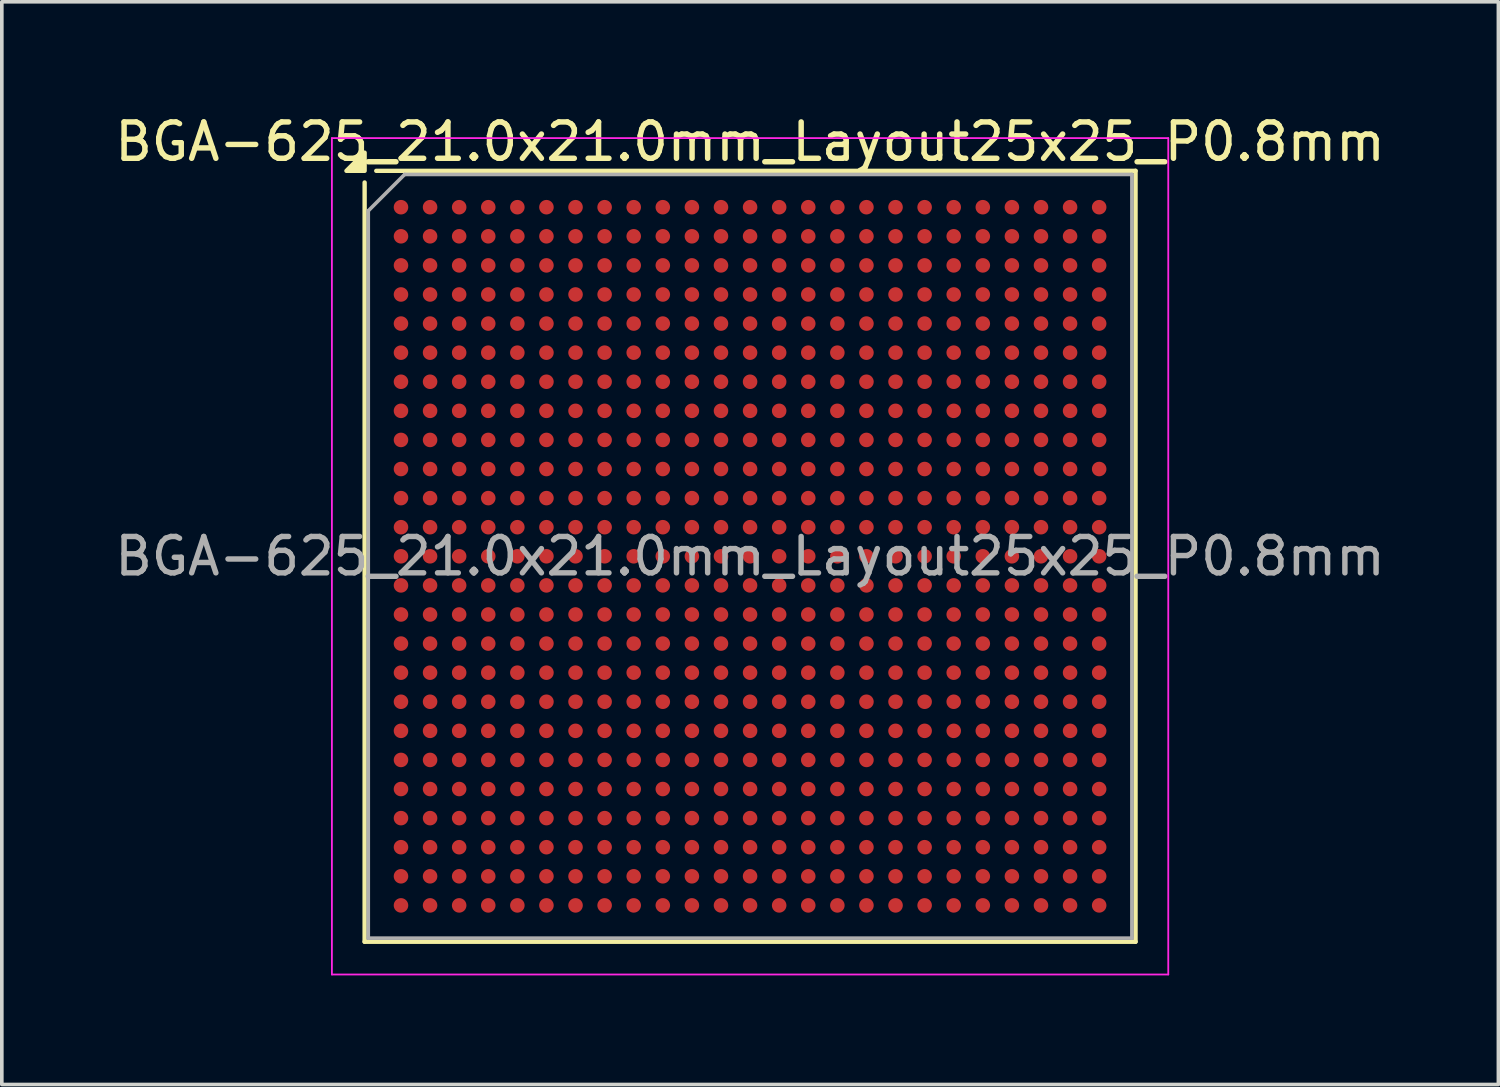
<source format=kicad_pcb>
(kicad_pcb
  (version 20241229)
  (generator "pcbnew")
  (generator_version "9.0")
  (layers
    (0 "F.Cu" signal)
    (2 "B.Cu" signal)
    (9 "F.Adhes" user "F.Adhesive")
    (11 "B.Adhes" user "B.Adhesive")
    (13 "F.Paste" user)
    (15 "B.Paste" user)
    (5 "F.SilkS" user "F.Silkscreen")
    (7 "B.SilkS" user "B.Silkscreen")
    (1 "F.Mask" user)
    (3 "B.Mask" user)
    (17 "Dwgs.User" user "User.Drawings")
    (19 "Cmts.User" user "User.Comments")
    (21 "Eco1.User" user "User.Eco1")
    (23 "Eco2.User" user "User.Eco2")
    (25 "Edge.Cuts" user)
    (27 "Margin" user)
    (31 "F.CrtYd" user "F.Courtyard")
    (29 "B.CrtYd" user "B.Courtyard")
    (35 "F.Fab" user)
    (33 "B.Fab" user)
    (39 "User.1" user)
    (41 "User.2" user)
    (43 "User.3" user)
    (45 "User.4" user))
  (footprint "BGA-625_21.0x21.0mm_Layout25x25_P0.8mm"
    (layer "F.Cu")
    (at 17.577 12.248)
    (property "Reference" "BGA-625_21.0x21.0mm_Layout25x25_P0.8mm" (at 0 -11.4 0) (layer "F.SilkS") (effects (font (size 1 1) (thickness 0.15))))
    (attr smd)
    (fp_line (start -10.6 10.6) (end -10.6 -10.28) (stroke (width 0.12) (type solid)) (layer "F.SilkS"))
    (fp_line (start -10.28 -10.6) (end 10.6 -10.6) (stroke (width 0.12) (type solid)) (layer "F.SilkS"))
    (fp_line (start 10.6 -10.6) (end 10.6 10.6) (stroke (width 0.12) (type solid)) (layer "F.SilkS"))
    (fp_line (start 10.6 10.6) (end -10.6 10.6) (stroke (width 0.12) (type solid)) (layer "F.SilkS"))
    (fp_poly (pts (xy -10.6 -10.6) (xy -11.1 -10.6) (xy -10.6 -11.1) (xy -10.6 -10.6)) (stroke (width 0.12) (type solid)) (fill yes) (layer "F.SilkS"))
    (fp_line (start -11.5 -11.5) (end -11.5 11.5) (stroke (width 0.05) (type solid)) (layer "F.CrtYd"))
    (fp_line (start -11.5 -11.5) (end 11.5 -11.5) (stroke (width 0.05) (type solid)) (layer "F.CrtYd"))
    (fp_line (start 11.5 11.5) (end -11.5 11.5) (stroke (width 0.05) (type solid)) (layer "F.CrtYd"))
    (fp_line (start 11.5 11.5) (end 11.5 -11.5) (stroke (width 0.05) (type solid)) (layer "F.CrtYd"))
    (fp_line (start -10.5 -9.5) (end -9.5 -10.5) (stroke (width 0.1) (type solid)) (layer "F.Fab"))
    (fp_line (start -10.5 10.5) (end -10.5 -9.5) (stroke (width 0.1) (type solid)) (layer "F.Fab"))
    (fp_line (start -9.5 -10.5) (end 10.5 -10.5) (stroke (width 0.1) (type solid)) (layer "F.Fab"))
    (fp_line (start 10.5 -10.5) (end 10.5 10.5) (stroke (width 0.1) (type solid)) (layer "F.Fab"))
    (fp_line (start 10.5 10.5) (end -10.5 10.5) (stroke (width 0.1) (type solid)) (layer "F.Fab"))
    (fp_text user "${REFERENCE}" (at 0 0 0) (layer "F.Fab") (effects (font (size 1 1) (thickness 0.15))))
    (pad "A1" smd circle (at -9.6 -9.6) (size 0.4 0.4) (property pad_prop_bga) (layers "F.Cu" "F.Mask" "F.Paste"))
    (pad "A2" smd circle (at -8.8 -9.6) (size 0.4 0.4) (property pad_prop_bga) (layers "F.Cu" "F.Mask" "F.Paste"))
    (pad "A3" smd circle (at -8 -9.6) (size 0.4 0.4) (property pad_prop_bga) (layers "F.Cu" "F.Mask" "F.Paste"))
    (pad "A4" smd circle (at -7.2 -9.6) (size 0.4 0.4) (property pad_prop_bga) (layers "F.Cu" "F.Mask" "F.Paste"))
    (pad "A5" smd circle (at -6.4 -9.6) (size 0.4 0.4) (property pad_prop_bga) (layers "F.Cu" "F.Mask" "F.Paste"))
    (pad "A6" smd circle (at -5.6 -9.6) (size 0.4 0.4) (property pad_prop_bga) (layers "F.Cu" "F.Mask" "F.Paste"))
    (pad "A7" smd circle (at -4.8 -9.6) (size 0.4 0.4) (property pad_prop_bga) (layers "F.Cu" "F.Mask" "F.Paste"))
    (pad "A8" smd circle (at -4 -9.6) (size 0.4 0.4) (property pad_prop_bga) (layers "F.Cu" "F.Mask" "F.Paste"))
    (pad "A9" smd circle (at -3.2 -9.6) (size 0.4 0.4) (property pad_prop_bga) (layers "F.Cu" "F.Mask" "F.Paste"))
    (pad "A10" smd circle (at -2.4 -9.6) (size 0.4 0.4) (property pad_prop_bga) (layers "F.Cu" "F.Mask" "F.Paste"))
    (pad "A11" smd circle (at -1.6 -9.6) (size 0.4 0.4) (property pad_prop_bga) (layers "F.Cu" "F.Mask" "F.Paste"))
    (pad "A12" smd circle (at -0.8 -9.6) (size 0.4 0.4) (property pad_prop_bga) (layers "F.Cu" "F.Mask" "F.Paste"))
    (pad "A13" smd circle (at 0 -9.6) (size 0.4 0.4) (property pad_prop_bga) (layers "F.Cu" "F.Mask" "F.Paste"))
    (pad "A14" smd circle (at 0.8 -9.6) (size 0.4 0.4) (property pad_prop_bga) (layers "F.Cu" "F.Mask" "F.Paste"))
    (pad "A15" smd circle (at 1.6 -9.6) (size 0.4 0.4) (property pad_prop_bga) (layers "F.Cu" "F.Mask" "F.Paste"))
    (pad "A16" smd circle (at 2.4 -9.6) (size 0.4 0.4) (property pad_prop_bga) (layers "F.Cu" "F.Mask" "F.Paste"))
    (pad "A17" smd circle (at 3.2 -9.6) (size 0.4 0.4) (property pad_prop_bga) (layers "F.Cu" "F.Mask" "F.Paste"))
    (pad "A18" smd circle (at 4 -9.6) (size 0.4 0.4) (property pad_prop_bga) (layers "F.Cu" "F.Mask" "F.Paste"))
    (pad "A19" smd circle (at 4.8 -9.6) (size 0.4 0.4) (property pad_prop_bga) (layers "F.Cu" "F.Mask" "F.Paste"))
    (pad "A20" smd circle (at 5.6 -9.6) (size 0.4 0.4) (property pad_prop_bga) (layers "F.Cu" "F.Mask" "F.Paste"))
    (pad "A21" smd circle (at 6.4 -9.6) (size 0.4 0.4) (property pad_prop_bga) (layers "F.Cu" "F.Mask" "F.Paste"))
    (pad "A22" smd circle (at 7.2 -9.6) (size 0.4 0.4) (property pad_prop_bga) (layers "F.Cu" "F.Mask" "F.Paste"))
    (pad "A23" smd circle (at 8 -9.6) (size 0.4 0.4) (property pad_prop_bga) (layers "F.Cu" "F.Mask" "F.Paste"))
    (pad "A24" smd circle (at 8.8 -9.6) (size 0.4 0.4) (property pad_prop_bga) (layers "F.Cu" "F.Mask" "F.Paste"))
    (pad "A25" smd circle (at 9.6 -9.6) (size 0.4 0.4) (property pad_prop_bga) (layers "F.Cu" "F.Mask" "F.Paste"))
    (pad "AA1" smd circle (at -9.6 6.4) (size 0.4 0.4) (property pad_prop_bga) (layers "F.Cu" "F.Mask" "F.Paste"))
    (pad "AA2" smd circle (at -8.8 6.4) (size 0.4 0.4) (property pad_prop_bga) (layers "F.Cu" "F.Mask" "F.Paste"))
    (pad "AA3" smd circle (at -8 6.4) (size 0.4 0.4) (property pad_prop_bga) (layers "F.Cu" "F.Mask" "F.Paste"))
    (pad "AA4" smd circle (at -7.2 6.4) (size 0.4 0.4) (property pad_prop_bga) (layers "F.Cu" "F.Mask" "F.Paste"))
    (pad "AA5" smd circle (at -6.4 6.4) (size 0.4 0.4) (property pad_prop_bga) (layers "F.Cu" "F.Mask" "F.Paste"))
    (pad "AA6" smd circle (at -5.6 6.4) (size 0.4 0.4) (property pad_prop_bga) (layers "F.Cu" "F.Mask" "F.Paste"))
    (pad "AA7" smd circle (at -4.8 6.4) (size 0.4 0.4) (property pad_prop_bga) (layers "F.Cu" "F.Mask" "F.Paste"))
    (pad "AA8" smd circle (at -4 6.4) (size 0.4 0.4) (property pad_prop_bga) (layers "F.Cu" "F.Mask" "F.Paste"))
    (pad "AA9" smd circle (at -3.2 6.4) (size 0.4 0.4) (property pad_prop_bga) (layers "F.Cu" "F.Mask" "F.Paste"))
    (pad "AA10" smd circle (at -2.4 6.4) (size 0.4 0.4) (property pad_prop_bga) (layers "F.Cu" "F.Mask" "F.Paste"))
    (pad "AA11" smd circle (at -1.6 6.4) (size 0.4 0.4) (property pad_prop_bga) (layers "F.Cu" "F.Mask" "F.Paste"))
    (pad "AA12" smd circle (at -0.8 6.4) (size 0.4 0.4) (property pad_prop_bga) (layers "F.Cu" "F.Mask" "F.Paste"))
    (pad "AA13" smd circle (at 0 6.4) (size 0.4 0.4) (property pad_prop_bga) (layers "F.Cu" "F.Mask" "F.Paste"))
    (pad "AA14" smd circle (at 0.8 6.4) (size 0.4 0.4) (property pad_prop_bga) (layers "F.Cu" "F.Mask" "F.Paste"))
    (pad "AA15" smd circle (at 1.6 6.4) (size 0.4 0.4) (property pad_prop_bga) (layers "F.Cu" "F.Mask" "F.Paste"))
    (pad "AA16" smd circle (at 2.4 6.4) (size 0.4 0.4) (property pad_prop_bga) (layers "F.Cu" "F.Mask" "F.Paste"))
    (pad "AA17" smd circle (at 3.2 6.4) (size 0.4 0.4) (property pad_prop_bga) (layers "F.Cu" "F.Mask" "F.Paste"))
    (pad "AA18" smd circle (at 4 6.4) (size 0.4 0.4) (property pad_prop_bga) (layers "F.Cu" "F.Mask" "F.Paste"))
    (pad "AA19" smd circle (at 4.8 6.4) (size 0.4 0.4) (property pad_prop_bga) (layers "F.Cu" "F.Mask" "F.Paste"))
    (pad "AA20" smd circle (at 5.6 6.4) (size 0.4 0.4) (property pad_prop_bga) (layers "F.Cu" "F.Mask" "F.Paste"))
    (pad "AA21" smd circle (at 6.4 6.4) (size 0.4 0.4) (property pad_prop_bga) (layers "F.Cu" "F.Mask" "F.Paste"))
    (pad "AA22" smd circle (at 7.2 6.4) (size 0.4 0.4) (property pad_prop_bga) (layers "F.Cu" "F.Mask" "F.Paste"))
    (pad "AA23" smd circle (at 8 6.4) (size 0.4 0.4) (property pad_prop_bga) (layers "F.Cu" "F.Mask" "F.Paste"))
    (pad "AA24" smd circle (at 8.8 6.4) (size 0.4 0.4) (property pad_prop_bga) (layers "F.Cu" "F.Mask" "F.Paste"))
    (pad "AA25" smd circle (at 9.6 6.4) (size 0.4 0.4) (property pad_prop_bga) (layers "F.Cu" "F.Mask" "F.Paste"))
    (pad "AB1" smd circle (at -9.6 7.2) (size 0.4 0.4) (property pad_prop_bga) (layers "F.Cu" "F.Mask" "F.Paste"))
    (pad "AB2" smd circle (at -8.8 7.2) (size 0.4 0.4) (property pad_prop_bga) (layers "F.Cu" "F.Mask" "F.Paste"))
    (pad "AB3" smd circle (at -8 7.2) (size 0.4 0.4) (property pad_prop_bga) (layers "F.Cu" "F.Mask" "F.Paste"))
    (pad "AB4" smd circle (at -7.2 7.2) (size 0.4 0.4) (property pad_prop_bga) (layers "F.Cu" "F.Mask" "F.Paste"))
    (pad "AB5" smd circle (at -6.4 7.2) (size 0.4 0.4) (property pad_prop_bga) (layers "F.Cu" "F.Mask" "F.Paste"))
    (pad "AB6" smd circle (at -5.6 7.2) (size 0.4 0.4) (property pad_prop_bga) (layers "F.Cu" "F.Mask" "F.Paste"))
    (pad "AB7" smd circle (at -4.8 7.2) (size 0.4 0.4) (property pad_prop_bga) (layers "F.Cu" "F.Mask" "F.Paste"))
    (pad "AB8" smd circle (at -4 7.2) (size 0.4 0.4) (property pad_prop_bga) (layers "F.Cu" "F.Mask" "F.Paste"))
    (pad "AB9" smd circle (at -3.2 7.2) (size 0.4 0.4) (property pad_prop_bga) (layers "F.Cu" "F.Mask" "F.Paste"))
    (pad "AB10" smd circle (at -2.4 7.2) (size 0.4 0.4) (property pad_prop_bga) (layers "F.Cu" "F.Mask" "F.Paste"))
    (pad "AB11" smd circle (at -1.6 7.2) (size 0.4 0.4) (property pad_prop_bga) (layers "F.Cu" "F.Mask" "F.Paste"))
    (pad "AB12" smd circle (at -0.8 7.2) (size 0.4 0.4) (property pad_prop_bga) (layers "F.Cu" "F.Mask" "F.Paste"))
    (pad "AB13" smd circle (at 0 7.2) (size 0.4 0.4) (property pad_prop_bga) (layers "F.Cu" "F.Mask" "F.Paste"))
    (pad "AB14" smd circle (at 0.8 7.2) (size 0.4 0.4) (property pad_prop_bga) (layers "F.Cu" "F.Mask" "F.Paste"))
    (pad "AB15" smd circle (at 1.6 7.2) (size 0.4 0.4) (property pad_prop_bga) (layers "F.Cu" "F.Mask" "F.Paste"))
    (pad "AB16" smd circle (at 2.4 7.2) (size 0.4 0.4) (property pad_prop_bga) (layers "F.Cu" "F.Mask" "F.Paste"))
    (pad "AB17" smd circle (at 3.2 7.2) (size 0.4 0.4) (property pad_prop_bga) (layers "F.Cu" "F.Mask" "F.Paste"))
    (pad "AB18" smd circle (at 4 7.2) (size 0.4 0.4) (property pad_prop_bga) (layers "F.Cu" "F.Mask" "F.Paste"))
    (pad "AB19" smd circle (at 4.8 7.2) (size 0.4 0.4) (property pad_prop_bga) (layers "F.Cu" "F.Mask" "F.Paste"))
    (pad "AB20" smd circle (at 5.6 7.2) (size 0.4 0.4) (property pad_prop_bga) (layers "F.Cu" "F.Mask" "F.Paste"))
    (pad "AB21" smd circle (at 6.4 7.2) (size 0.4 0.4) (property pad_prop_bga) (layers "F.Cu" "F.Mask" "F.Paste"))
    (pad "AB22" smd circle (at 7.2 7.2) (size 0.4 0.4) (property pad_prop_bga) (layers "F.Cu" "F.Mask" "F.Paste"))
    (pad "AB23" smd circle (at 8 7.2) (size 0.4 0.4) (property pad_prop_bga) (layers "F.Cu" "F.Mask" "F.Paste"))
    (pad "AB24" smd circle (at 8.8 7.2) (size 0.4 0.4) (property pad_prop_bga) (layers "F.Cu" "F.Mask" "F.Paste"))
    (pad "AB25" smd circle (at 9.6 7.2) (size 0.4 0.4) (property pad_prop_bga) (layers "F.Cu" "F.Mask" "F.Paste"))
    (pad "AC1" smd circle (at -9.6 8) (size 0.4 0.4) (property pad_prop_bga) (layers "F.Cu" "F.Mask" "F.Paste"))
    (pad "AC2" smd circle (at -8.8 8) (size 0.4 0.4) (property pad_prop_bga) (layers "F.Cu" "F.Mask" "F.Paste"))
    (pad "AC3" smd circle (at -8 8) (size 0.4 0.4) (property pad_prop_bga) (layers "F.Cu" "F.Mask" "F.Paste"))
    (pad "AC4" smd circle (at -7.2 8) (size 0.4 0.4) (property pad_prop_bga) (layers "F.Cu" "F.Mask" "F.Paste"))
    (pad "AC5" smd circle (at -6.4 8) (size 0.4 0.4) (property pad_prop_bga) (layers "F.Cu" "F.Mask" "F.Paste"))
    (pad "AC6" smd circle (at -5.6 8) (size 0.4 0.4) (property pad_prop_bga) (layers "F.Cu" "F.Mask" "F.Paste"))
    (pad "AC7" smd circle (at -4.8 8) (size 0.4 0.4) (property pad_prop_bga) (layers "F.Cu" "F.Mask" "F.Paste"))
    (pad "AC8" smd circle (at -4 8) (size 0.4 0.4) (property pad_prop_bga) (layers "F.Cu" "F.Mask" "F.Paste"))
    (pad "AC9" smd circle (at -3.2 8) (size 0.4 0.4) (property pad_prop_bga) (layers "F.Cu" "F.Mask" "F.Paste"))
    (pad "AC10" smd circle (at -2.4 8) (size 0.4 0.4) (property pad_prop_bga) (layers "F.Cu" "F.Mask" "F.Paste"))
    (pad "AC11" smd circle (at -1.6 8) (size 0.4 0.4) (property pad_prop_bga) (layers "F.Cu" "F.Mask" "F.Paste"))
    (pad "AC12" smd circle (at -0.8 8) (size 0.4 0.4) (property pad_prop_bga) (layers "F.Cu" "F.Mask" "F.Paste"))
    (pad "AC13" smd circle (at 0 8) (size 0.4 0.4) (property pad_prop_bga) (layers "F.Cu" "F.Mask" "F.Paste"))
    (pad "AC14" smd circle (at 0.8 8) (size 0.4 0.4) (property pad_prop_bga) (layers "F.Cu" "F.Mask" "F.Paste"))
    (pad "AC15" smd circle (at 1.6 8) (size 0.4 0.4) (property pad_prop_bga) (layers "F.Cu" "F.Mask" "F.Paste"))
    (pad "AC16" smd circle (at 2.4 8) (size 0.4 0.4) (property pad_prop_bga) (layers "F.Cu" "F.Mask" "F.Paste"))
    (pad "AC17" smd circle (at 3.2 8) (size 0.4 0.4) (property pad_prop_bga) (layers "F.Cu" "F.Mask" "F.Paste"))
    (pad "AC18" smd circle (at 4 8) (size 0.4 0.4) (property pad_prop_bga) (layers "F.Cu" "F.Mask" "F.Paste"))
    (pad "AC19" smd circle (at 4.8 8) (size 0.4 0.4) (property pad_prop_bga) (layers "F.Cu" "F.Mask" "F.Paste"))
    (pad "AC20" smd circle (at 5.6 8) (size 0.4 0.4) (property pad_prop_bga) (layers "F.Cu" "F.Mask" "F.Paste"))
    (pad "AC21" smd circle (at 6.4 8) (size 0.4 0.4) (property pad_prop_bga) (layers "F.Cu" "F.Mask" "F.Paste"))
    (pad "AC22" smd circle (at 7.2 8) (size 0.4 0.4) (property pad_prop_bga) (layers "F.Cu" "F.Mask" "F.Paste"))
    (pad "AC23" smd circle (at 8 8) (size 0.4 0.4) (property pad_prop_bga) (layers "F.Cu" "F.Mask" "F.Paste"))
    (pad "AC24" smd circle (at 8.8 8) (size 0.4 0.4) (property pad_prop_bga) (layers "F.Cu" "F.Mask" "F.Paste"))
    (pad "AC25" smd circle (at 9.6 8) (size 0.4 0.4) (property pad_prop_bga) (layers "F.Cu" "F.Mask" "F.Paste"))
    (pad "AD1" smd circle (at -9.6 8.8) (size 0.4 0.4) (property pad_prop_bga) (layers "F.Cu" "F.Mask" "F.Paste"))
    (pad "AD2" smd circle (at -8.8 8.8) (size 0.4 0.4) (property pad_prop_bga) (layers "F.Cu" "F.Mask" "F.Paste"))
    (pad "AD3" smd circle (at -8 8.8) (size 0.4 0.4) (property pad_prop_bga) (layers "F.Cu" "F.Mask" "F.Paste"))
    (pad "AD4" smd circle (at -7.2 8.8) (size 0.4 0.4) (property pad_prop_bga) (layers "F.Cu" "F.Mask" "F.Paste"))
    (pad "AD5" smd circle (at -6.4 8.8) (size 0.4 0.4) (property pad_prop_bga) (layers "F.Cu" "F.Mask" "F.Paste"))
    (pad "AD6" smd circle (at -5.6 8.8) (size 0.4 0.4) (property pad_prop_bga) (layers "F.Cu" "F.Mask" "F.Paste"))
    (pad "AD7" smd circle (at -4.8 8.8) (size 0.4 0.4) (property pad_prop_bga) (layers "F.Cu" "F.Mask" "F.Paste"))
    (pad "AD8" smd circle (at -4 8.8) (size 0.4 0.4) (property pad_prop_bga) (layers "F.Cu" "F.Mask" "F.Paste"))
    (pad "AD9" smd circle (at -3.2 8.8) (size 0.4 0.4) (property pad_prop_bga) (layers "F.Cu" "F.Mask" "F.Paste"))
    (pad "AD10" smd circle (at -2.4 8.8) (size 0.4 0.4) (property pad_prop_bga) (layers "F.Cu" "F.Mask" "F.Paste"))
    (pad "AD11" smd circle (at -1.6 8.8) (size 0.4 0.4) (property pad_prop_bga) (layers "F.Cu" "F.Mask" "F.Paste"))
    (pad "AD12" smd circle (at -0.8 8.8) (size 0.4 0.4) (property pad_prop_bga) (layers "F.Cu" "F.Mask" "F.Paste"))
    (pad "AD13" smd circle (at 0 8.8) (size 0.4 0.4) (property pad_prop_bga) (layers "F.Cu" "F.Mask" "F.Paste"))
    (pad "AD14" smd circle (at 0.8 8.8) (size 0.4 0.4) (property pad_prop_bga) (layers "F.Cu" "F.Mask" "F.Paste"))
    (pad "AD15" smd circle (at 1.6 8.8) (size 0.4 0.4) (property pad_prop_bga) (layers "F.Cu" "F.Mask" "F.Paste"))
    (pad "AD16" smd circle (at 2.4 8.8) (size 0.4 0.4) (property pad_prop_bga) (layers "F.Cu" "F.Mask" "F.Paste"))
    (pad "AD17" smd circle (at 3.2 8.8) (size 0.4 0.4) (property pad_prop_bga) (layers "F.Cu" "F.Mask" "F.Paste"))
    (pad "AD18" smd circle (at 4 8.8) (size 0.4 0.4) (property pad_prop_bga) (layers "F.Cu" "F.Mask" "F.Paste"))
    (pad "AD19" smd circle (at 4.8 8.8) (size 0.4 0.4) (property pad_prop_bga) (layers "F.Cu" "F.Mask" "F.Paste"))
    (pad "AD20" smd circle (at 5.6 8.8) (size 0.4 0.4) (property pad_prop_bga) (layers "F.Cu" "F.Mask" "F.Paste"))
    (pad "AD21" smd circle (at 6.4 8.8) (size 0.4 0.4) (property pad_prop_bga) (layers "F.Cu" "F.Mask" "F.Paste"))
    (pad "AD22" smd circle (at 7.2 8.8) (size 0.4 0.4) (property pad_prop_bga) (layers "F.Cu" "F.Mask" "F.Paste"))
    (pad "AD23" smd circle (at 8 8.8) (size 0.4 0.4) (property pad_prop_bga) (layers "F.Cu" "F.Mask" "F.Paste"))
    (pad "AD24" smd circle (at 8.8 8.8) (size 0.4 0.4) (property pad_prop_bga) (layers "F.Cu" "F.Mask" "F.Paste"))
    (pad "AD25" smd circle (at 9.6 8.8) (size 0.4 0.4) (property pad_prop_bga) (layers "F.Cu" "F.Mask" "F.Paste"))
    (pad "AE1" smd circle (at -9.6 9.6) (size 0.4 0.4) (property pad_prop_bga) (layers "F.Cu" "F.Mask" "F.Paste"))
    (pad "AE2" smd circle (at -8.8 9.6) (size 0.4 0.4) (property pad_prop_bga) (layers "F.Cu" "F.Mask" "F.Paste"))
    (pad "AE3" smd circle (at -8 9.6) (size 0.4 0.4) (property pad_prop_bga) (layers "F.Cu" "F.Mask" "F.Paste"))
    (pad "AE4" smd circle (at -7.2 9.6) (size 0.4 0.4) (property pad_prop_bga) (layers "F.Cu" "F.Mask" "F.Paste"))
    (pad "AE5" smd circle (at -6.4 9.6) (size 0.4 0.4) (property pad_prop_bga) (layers "F.Cu" "F.Mask" "F.Paste"))
    (pad "AE6" smd circle (at -5.6 9.6) (size 0.4 0.4) (property pad_prop_bga) (layers "F.Cu" "F.Mask" "F.Paste"))
    (pad "AE7" smd circle (at -4.8 9.6) (size 0.4 0.4) (property pad_prop_bga) (layers "F.Cu" "F.Mask" "F.Paste"))
    (pad "AE8" smd circle (at -4 9.6) (size 0.4 0.4) (property pad_prop_bga) (layers "F.Cu" "F.Mask" "F.Paste"))
    (pad "AE9" smd circle (at -3.2 9.6) (size 0.4 0.4) (property pad_prop_bga) (layers "F.Cu" "F.Mask" "F.Paste"))
    (pad "AE10" smd circle (at -2.4 9.6) (size 0.4 0.4) (property pad_prop_bga) (layers "F.Cu" "F.Mask" "F.Paste"))
    (pad "AE11" smd circle (at -1.6 9.6) (size 0.4 0.4) (property pad_prop_bga) (layers "F.Cu" "F.Mask" "F.Paste"))
    (pad "AE12" smd circle (at -0.8 9.6) (size 0.4 0.4) (property pad_prop_bga) (layers "F.Cu" "F.Mask" "F.Paste"))
    (pad "AE13" smd circle (at 0 9.6) (size 0.4 0.4) (property pad_prop_bga) (layers "F.Cu" "F.Mask" "F.Paste"))
    (pad "AE14" smd circle (at 0.8 9.6) (size 0.4 0.4) (property pad_prop_bga) (layers "F.Cu" "F.Mask" "F.Paste"))
    (pad "AE15" smd circle (at 1.6 9.6) (size 0.4 0.4) (property pad_prop_bga) (layers "F.Cu" "F.Mask" "F.Paste"))
    (pad "AE16" smd circle (at 2.4 9.6) (size 0.4 0.4) (property pad_prop_bga) (layers "F.Cu" "F.Mask" "F.Paste"))
    (pad "AE17" smd circle (at 3.2 9.6) (size 0.4 0.4) (property pad_prop_bga) (layers "F.Cu" "F.Mask" "F.Paste"))
    (pad "AE18" smd circle (at 4 9.6) (size 0.4 0.4) (property pad_prop_bga) (layers "F.Cu" "F.Mask" "F.Paste"))
    (pad "AE19" smd circle (at 4.8 9.6) (size 0.4 0.4) (property pad_prop_bga) (layers "F.Cu" "F.Mask" "F.Paste"))
    (pad "AE20" smd circle (at 5.6 9.6) (size 0.4 0.4) (property pad_prop_bga) (layers "F.Cu" "F.Mask" "F.Paste"))
    (pad "AE21" smd circle (at 6.4 9.6) (size 0.4 0.4) (property pad_prop_bga) (layers "F.Cu" "F.Mask" "F.Paste"))
    (pad "AE22" smd circle (at 7.2 9.6) (size 0.4 0.4) (property pad_prop_bga) (layers "F.Cu" "F.Mask" "F.Paste"))
    (pad "AE23" smd circle (at 8 9.6) (size 0.4 0.4) (property pad_prop_bga) (layers "F.Cu" "F.Mask" "F.Paste"))
    (pad "AE24" smd circle (at 8.8 9.6) (size 0.4 0.4) (property pad_prop_bga) (layers "F.Cu" "F.Mask" "F.Paste"))
    (pad "AE25" smd circle (at 9.6 9.6) (size 0.4 0.4) (property pad_prop_bga) (layers "F.Cu" "F.Mask" "F.Paste"))
    (pad "B1" smd circle (at -9.6 -8.8) (size 0.4 0.4) (property pad_prop_bga) (layers "F.Cu" "F.Mask" "F.Paste"))
    (pad "B2" smd circle (at -8.8 -8.8) (size 0.4 0.4) (property pad_prop_bga) (layers "F.Cu" "F.Mask" "F.Paste"))
    (pad "B3" smd circle (at -8 -8.8) (size 0.4 0.4) (property pad_prop_bga) (layers "F.Cu" "F.Mask" "F.Paste"))
    (pad "B4" smd circle (at -7.2 -8.8) (size 0.4 0.4) (property pad_prop_bga) (layers "F.Cu" "F.Mask" "F.Paste"))
    (pad "B5" smd circle (at -6.4 -8.8) (size 0.4 0.4) (property pad_prop_bga) (layers "F.Cu" "F.Mask" "F.Paste"))
    (pad "B6" smd circle (at -5.6 -8.8) (size 0.4 0.4) (property pad_prop_bga) (layers "F.Cu" "F.Mask" "F.Paste"))
    (pad "B7" smd circle (at -4.8 -8.8) (size 0.4 0.4) (property pad_prop_bga) (layers "F.Cu" "F.Mask" "F.Paste"))
    (pad "B8" smd circle (at -4 -8.8) (size 0.4 0.4) (property pad_prop_bga) (layers "F.Cu" "F.Mask" "F.Paste"))
    (pad "B9" smd circle (at -3.2 -8.8) (size 0.4 0.4) (property pad_prop_bga) (layers "F.Cu" "F.Mask" "F.Paste"))
    (pad "B10" smd circle (at -2.4 -8.8) (size 0.4 0.4) (property pad_prop_bga) (layers "F.Cu" "F.Mask" "F.Paste"))
    (pad "B11" smd circle (at -1.6 -8.8) (size 0.4 0.4) (property pad_prop_bga) (layers "F.Cu" "F.Mask" "F.Paste"))
    (pad "B12" smd circle (at -0.8 -8.8) (size 0.4 0.4) (property pad_prop_bga) (layers "F.Cu" "F.Mask" "F.Paste"))
    (pad "B13" smd circle (at 0 -8.8) (size 0.4 0.4) (property pad_prop_bga) (layers "F.Cu" "F.Mask" "F.Paste"))
    (pad "B14" smd circle (at 0.8 -8.8) (size 0.4 0.4) (property pad_prop_bga) (layers "F.Cu" "F.Mask" "F.Paste"))
    (pad "B15" smd circle (at 1.6 -8.8) (size 0.4 0.4) (property pad_prop_bga) (layers "F.Cu" "F.Mask" "F.Paste"))
    (pad "B16" smd circle (at 2.4 -8.8) (size 0.4 0.4) (property pad_prop_bga) (layers "F.Cu" "F.Mask" "F.Paste"))
    (pad "B17" smd circle (at 3.2 -8.8) (size 0.4 0.4) (property pad_prop_bga) (layers "F.Cu" "F.Mask" "F.Paste"))
    (pad "B18" smd circle (at 4 -8.8) (size 0.4 0.4) (property pad_prop_bga) (layers "F.Cu" "F.Mask" "F.Paste"))
    (pad "B19" smd circle (at 4.8 -8.8) (size 0.4 0.4) (property pad_prop_bga) (layers "F.Cu" "F.Mask" "F.Paste"))
    (pad "B20" smd circle (at 5.6 -8.8) (size 0.4 0.4) (property pad_prop_bga) (layers "F.Cu" "F.Mask" "F.Paste"))
    (pad "B21" smd circle (at 6.4 -8.8) (size 0.4 0.4) (property pad_prop_bga) (layers "F.Cu" "F.Mask" "F.Paste"))
    (pad "B22" smd circle (at 7.2 -8.8) (size 0.4 0.4) (property pad_prop_bga) (layers "F.Cu" "F.Mask" "F.Paste"))
    (pad "B23" smd circle (at 8 -8.8) (size 0.4 0.4) (property pad_prop_bga) (layers "F.Cu" "F.Mask" "F.Paste"))
    (pad "B24" smd circle (at 8.8 -8.8) (size 0.4 0.4) (property pad_prop_bga) (layers "F.Cu" "F.Mask" "F.Paste"))
    (pad "B25" smd circle (at 9.6 -8.8) (size 0.4 0.4) (property pad_prop_bga) (layers "F.Cu" "F.Mask" "F.Paste"))
    (pad "C1" smd circle (at -9.6 -8) (size 0.4 0.4) (property pad_prop_bga) (layers "F.Cu" "F.Mask" "F.Paste"))
    (pad "C2" smd circle (at -8.8 -8) (size 0.4 0.4) (property pad_prop_bga) (layers "F.Cu" "F.Mask" "F.Paste"))
    (pad "C3" smd circle (at -8 -8) (size 0.4 0.4) (property pad_prop_bga) (layers "F.Cu" "F.Mask" "F.Paste"))
    (pad "C4" smd circle (at -7.2 -8) (size 0.4 0.4) (property pad_prop_bga) (layers "F.Cu" "F.Mask" "F.Paste"))
    (pad "C5" smd circle (at -6.4 -8) (size 0.4 0.4) (property pad_prop_bga) (layers "F.Cu" "F.Mask" "F.Paste"))
    (pad "C6" smd circle (at -5.6 -8) (size 0.4 0.4) (property pad_prop_bga) (layers "F.Cu" "F.Mask" "F.Paste"))
    (pad "C7" smd circle (at -4.8 -8) (size 0.4 0.4) (property pad_prop_bga) (layers "F.Cu" "F.Mask" "F.Paste"))
    (pad "C8" smd circle (at -4 -8) (size 0.4 0.4) (property pad_prop_bga) (layers "F.Cu" "F.Mask" "F.Paste"))
    (pad "C9" smd circle (at -3.2 -8) (size 0.4 0.4) (property pad_prop_bga) (layers "F.Cu" "F.Mask" "F.Paste"))
    (pad "C10" smd circle (at -2.4 -8) (size 0.4 0.4) (property pad_prop_bga) (layers "F.Cu" "F.Mask" "F.Paste"))
    (pad "C11" smd circle (at -1.6 -8) (size 0.4 0.4) (property pad_prop_bga) (layers "F.Cu" "F.Mask" "F.Paste"))
    (pad "C12" smd circle (at -0.8 -8) (size 0.4 0.4) (property pad_prop_bga) (layers "F.Cu" "F.Mask" "F.Paste"))
    (pad "C13" smd circle (at 0 -8) (size 0.4 0.4) (property pad_prop_bga) (layers "F.Cu" "F.Mask" "F.Paste"))
    (pad "C14" smd circle (at 0.8 -8) (size 0.4 0.4) (property pad_prop_bga) (layers "F.Cu" "F.Mask" "F.Paste"))
    (pad "C15" smd circle (at 1.6 -8) (size 0.4 0.4) (property pad_prop_bga) (layers "F.Cu" "F.Mask" "F.Paste"))
    (pad "C16" smd circle (at 2.4 -8) (size 0.4 0.4) (property pad_prop_bga) (layers "F.Cu" "F.Mask" "F.Paste"))
    (pad "C17" smd circle (at 3.2 -8) (size 0.4 0.4) (property pad_prop_bga) (layers "F.Cu" "F.Mask" "F.Paste"))
    (pad "C18" smd circle (at 4 -8) (size 0.4 0.4) (property pad_prop_bga) (layers "F.Cu" "F.Mask" "F.Paste"))
    (pad "C19" smd circle (at 4.8 -8) (size 0.4 0.4) (property pad_prop_bga) (layers "F.Cu" "F.Mask" "F.Paste"))
    (pad "C20" smd circle (at 5.6 -8) (size 0.4 0.4) (property pad_prop_bga) (layers "F.Cu" "F.Mask" "F.Paste"))
    (pad "C21" smd circle (at 6.4 -8) (size 0.4 0.4) (property pad_prop_bga) (layers "F.Cu" "F.Mask" "F.Paste"))
    (pad "C22" smd circle (at 7.2 -8) (size 0.4 0.4) (property pad_prop_bga) (layers "F.Cu" "F.Mask" "F.Paste"))
    (pad "C23" smd circle (at 8 -8) (size 0.4 0.4) (property pad_prop_bga) (layers "F.Cu" "F.Mask" "F.Paste"))
    (pad "C24" smd circle (at 8.8 -8) (size 0.4 0.4) (property pad_prop_bga) (layers "F.Cu" "F.Mask" "F.Paste"))
    (pad "C25" smd circle (at 9.6 -8) (size 0.4 0.4) (property pad_prop_bga) (layers "F.Cu" "F.Mask" "F.Paste"))
    (pad "D1" smd circle (at -9.6 -7.2) (size 0.4 0.4) (property pad_prop_bga) (layers "F.Cu" "F.Mask" "F.Paste"))
    (pad "D2" smd circle (at -8.8 -7.2) (size 0.4 0.4) (property pad_prop_bga) (layers "F.Cu" "F.Mask" "F.Paste"))
    (pad "D3" smd circle (at -8 -7.2) (size 0.4 0.4) (property pad_prop_bga) (layers "F.Cu" "F.Mask" "F.Paste"))
    (pad "D4" smd circle (at -7.2 -7.2) (size 0.4 0.4) (property pad_prop_bga) (layers "F.Cu" "F.Mask" "F.Paste"))
    (pad "D5" smd circle (at -6.4 -7.2) (size 0.4 0.4) (property pad_prop_bga) (layers "F.Cu" "F.Mask" "F.Paste"))
    (pad "D6" smd circle (at -5.6 -7.2) (size 0.4 0.4) (property pad_prop_bga) (layers "F.Cu" "F.Mask" "F.Paste"))
    (pad "D7" smd circle (at -4.8 -7.2) (size 0.4 0.4) (property pad_prop_bga) (layers "F.Cu" "F.Mask" "F.Paste"))
    (pad "D8" smd circle (at -4 -7.2) (size 0.4 0.4) (property pad_prop_bga) (layers "F.Cu" "F.Mask" "F.Paste"))
    (pad "D9" smd circle (at -3.2 -7.2) (size 0.4 0.4) (property pad_prop_bga) (layers "F.Cu" "F.Mask" "F.Paste"))
    (pad "D10" smd circle (at -2.4 -7.2) (size 0.4 0.4) (property pad_prop_bga) (layers "F.Cu" "F.Mask" "F.Paste"))
    (pad "D11" smd circle (at -1.6 -7.2) (size 0.4 0.4) (property pad_prop_bga) (layers "F.Cu" "F.Mask" "F.Paste"))
    (pad "D12" smd circle (at -0.8 -7.2) (size 0.4 0.4) (property pad_prop_bga) (layers "F.Cu" "F.Mask" "F.Paste"))
    (pad "D13" smd circle (at 0 -7.2) (size 0.4 0.4) (property pad_prop_bga) (layers "F.Cu" "F.Mask" "F.Paste"))
    (pad "D14" smd circle (at 0.8 -7.2) (size 0.4 0.4) (property pad_prop_bga) (layers "F.Cu" "F.Mask" "F.Paste"))
    (pad "D15" smd circle (at 1.6 -7.2) (size 0.4 0.4) (property pad_prop_bga) (layers "F.Cu" "F.Mask" "F.Paste"))
    (pad "D16" smd circle (at 2.4 -7.2) (size 0.4 0.4) (property pad_prop_bga) (layers "F.Cu" "F.Mask" "F.Paste"))
    (pad "D17" smd circle (at 3.2 -7.2) (size 0.4 0.4) (property pad_prop_bga) (layers "F.Cu" "F.Mask" "F.Paste"))
    (pad "D18" smd circle (at 4 -7.2) (size 0.4 0.4) (property pad_prop_bga) (layers "F.Cu" "F.Mask" "F.Paste"))
    (pad "D19" smd circle (at 4.8 -7.2) (size 0.4 0.4) (property pad_prop_bga) (layers "F.Cu" "F.Mask" "F.Paste"))
    (pad "D20" smd circle (at 5.6 -7.2) (size 0.4 0.4) (property pad_prop_bga) (layers "F.Cu" "F.Mask" "F.Paste"))
    (pad "D21" smd circle (at 6.4 -7.2) (size 0.4 0.4) (property pad_prop_bga) (layers "F.Cu" "F.Mask" "F.Paste"))
    (pad "D22" smd circle (at 7.2 -7.2) (size 0.4 0.4) (property pad_prop_bga) (layers "F.Cu" "F.Mask" "F.Paste"))
    (pad "D23" smd circle (at 8 -7.2) (size 0.4 0.4) (property pad_prop_bga) (layers "F.Cu" "F.Mask" "F.Paste"))
    (pad "D24" smd circle (at 8.8 -7.2) (size 0.4 0.4) (property pad_prop_bga) (layers "F.Cu" "F.Mask" "F.Paste"))
    (pad "D25" smd circle (at 9.6 -7.2) (size 0.4 0.4) (property pad_prop_bga) (layers "F.Cu" "F.Mask" "F.Paste"))
    (pad "E1" smd circle (at -9.6 -6.4) (size 0.4 0.4) (property pad_prop_bga) (layers "F.Cu" "F.Mask" "F.Paste"))
    (pad "E2" smd circle (at -8.8 -6.4) (size 0.4 0.4) (property pad_prop_bga) (layers "F.Cu" "F.Mask" "F.Paste"))
    (pad "E3" smd circle (at -8 -6.4) (size 0.4 0.4) (property pad_prop_bga) (layers "F.Cu" "F.Mask" "F.Paste"))
    (pad "E4" smd circle (at -7.2 -6.4) (size 0.4 0.4) (property pad_prop_bga) (layers "F.Cu" "F.Mask" "F.Paste"))
    (pad "E5" smd circle (at -6.4 -6.4) (size 0.4 0.4) (property pad_prop_bga) (layers "F.Cu" "F.Mask" "F.Paste"))
    (pad "E6" smd circle (at -5.6 -6.4) (size 0.4 0.4) (property pad_prop_bga) (layers "F.Cu" "F.Mask" "F.Paste"))
    (pad "E7" smd circle (at -4.8 -6.4) (size 0.4 0.4) (property pad_prop_bga) (layers "F.Cu" "F.Mask" "F.Paste"))
    (pad "E8" smd circle (at -4 -6.4) (size 0.4 0.4) (property pad_prop_bga) (layers "F.Cu" "F.Mask" "F.Paste"))
    (pad "E9" smd circle (at -3.2 -6.4) (size 0.4 0.4) (property pad_prop_bga) (layers "F.Cu" "F.Mask" "F.Paste"))
    (pad "E10" smd circle (at -2.4 -6.4) (size 0.4 0.4) (property pad_prop_bga) (layers "F.Cu" "F.Mask" "F.Paste"))
    (pad "E11" smd circle (at -1.6 -6.4) (size 0.4 0.4) (property pad_prop_bga) (layers "F.Cu" "F.Mask" "F.Paste"))
    (pad "E12" smd circle (at -0.8 -6.4) (size 0.4 0.4) (property pad_prop_bga) (layers "F.Cu" "F.Mask" "F.Paste"))
    (pad "E13" smd circle (at 0 -6.4) (size 0.4 0.4) (property pad_prop_bga) (layers "F.Cu" "F.Mask" "F.Paste"))
    (pad "E14" smd circle (at 0.8 -6.4) (size 0.4 0.4) (property pad_prop_bga) (layers "F.Cu" "F.Mask" "F.Paste"))
    (pad "E15" smd circle (at 1.6 -6.4) (size 0.4 0.4) (property pad_prop_bga) (layers "F.Cu" "F.Mask" "F.Paste"))
    (pad "E16" smd circle (at 2.4 -6.4) (size 0.4 0.4) (property pad_prop_bga) (layers "F.Cu" "F.Mask" "F.Paste"))
    (pad "E17" smd circle (at 3.2 -6.4) (size 0.4 0.4) (property pad_prop_bga) (layers "F.Cu" "F.Mask" "F.Paste"))
    (pad "E18" smd circle (at 4 -6.4) (size 0.4 0.4) (property pad_prop_bga) (layers "F.Cu" "F.Mask" "F.Paste"))
    (pad "E19" smd circle (at 4.8 -6.4) (size 0.4 0.4) (property pad_prop_bga) (layers "F.Cu" "F.Mask" "F.Paste"))
    (pad "E20" smd circle (at 5.6 -6.4) (size 0.4 0.4) (property pad_prop_bga) (layers "F.Cu" "F.Mask" "F.Paste"))
    (pad "E21" smd circle (at 6.4 -6.4) (size 0.4 0.4) (property pad_prop_bga) (layers "F.Cu" "F.Mask" "F.Paste"))
    (pad "E22" smd circle (at 7.2 -6.4) (size 0.4 0.4) (property pad_prop_bga) (layers "F.Cu" "F.Mask" "F.Paste"))
    (pad "E23" smd circle (at 8 -6.4) (size 0.4 0.4) (property pad_prop_bga) (layers "F.Cu" "F.Mask" "F.Paste"))
    (pad "E24" smd circle (at 8.8 -6.4) (size 0.4 0.4) (property pad_prop_bga) (layers "F.Cu" "F.Mask" "F.Paste"))
    (pad "E25" smd circle (at 9.6 -6.4) (size 0.4 0.4) (property pad_prop_bga) (layers "F.Cu" "F.Mask" "F.Paste"))
    (pad "F1" smd circle (at -9.6 -5.6) (size 0.4 0.4) (property pad_prop_bga) (layers "F.Cu" "F.Mask" "F.Paste"))
    (pad "F2" smd circle (at -8.8 -5.6) (size 0.4 0.4) (property pad_prop_bga) (layers "F.Cu" "F.Mask" "F.Paste"))
    (pad "F3" smd circle (at -8 -5.6) (size 0.4 0.4) (property pad_prop_bga) (layers "F.Cu" "F.Mask" "F.Paste"))
    (pad "F4" smd circle (at -7.2 -5.6) (size 0.4 0.4) (property pad_prop_bga) (layers "F.Cu" "F.Mask" "F.Paste"))
    (pad "F5" smd circle (at -6.4 -5.6) (size 0.4 0.4) (property pad_prop_bga) (layers "F.Cu" "F.Mask" "F.Paste"))
    (pad "F6" smd circle (at -5.6 -5.6) (size 0.4 0.4) (property pad_prop_bga) (layers "F.Cu" "F.Mask" "F.Paste"))
    (pad "F7" smd circle (at -4.8 -5.6) (size 0.4 0.4) (property pad_prop_bga) (layers "F.Cu" "F.Mask" "F.Paste"))
    (pad "F8" smd circle (at -4 -5.6) (size 0.4 0.4) (property pad_prop_bga) (layers "F.Cu" "F.Mask" "F.Paste"))
    (pad "F9" smd circle (at -3.2 -5.6) (size 0.4 0.4) (property pad_prop_bga) (layers "F.Cu" "F.Mask" "F.Paste"))
    (pad "F10" smd circle (at -2.4 -5.6) (size 0.4 0.4) (property pad_prop_bga) (layers "F.Cu" "F.Mask" "F.Paste"))
    (pad "F11" smd circle (at -1.6 -5.6) (size 0.4 0.4) (property pad_prop_bga) (layers "F.Cu" "F.Mask" "F.Paste"))
    (pad "F12" smd circle (at -0.8 -5.6) (size 0.4 0.4) (property pad_prop_bga) (layers "F.Cu" "F.Mask" "F.Paste"))
    (pad "F13" smd circle (at 0 -5.6) (size 0.4 0.4) (property pad_prop_bga) (layers "F.Cu" "F.Mask" "F.Paste"))
    (pad "F14" smd circle (at 0.8 -5.6) (size 0.4 0.4) (property pad_prop_bga) (layers "F.Cu" "F.Mask" "F.Paste"))
    (pad "F15" smd circle (at 1.6 -5.6) (size 0.4 0.4) (property pad_prop_bga) (layers "F.Cu" "F.Mask" "F.Paste"))
    (pad "F16" smd circle (at 2.4 -5.6) (size 0.4 0.4) (property pad_prop_bga) (layers "F.Cu" "F.Mask" "F.Paste"))
    (pad "F17" smd circle (at 3.2 -5.6) (size 0.4 0.4) (property pad_prop_bga) (layers "F.Cu" "F.Mask" "F.Paste"))
    (pad "F18" smd circle (at 4 -5.6) (size 0.4 0.4) (property pad_prop_bga) (layers "F.Cu" "F.Mask" "F.Paste"))
    (pad "F19" smd circle (at 4.8 -5.6) (size 0.4 0.4) (property pad_prop_bga) (layers "F.Cu" "F.Mask" "F.Paste"))
    (pad "F20" smd circle (at 5.6 -5.6) (size 0.4 0.4) (property pad_prop_bga) (layers "F.Cu" "F.Mask" "F.Paste"))
    (pad "F21" smd circle (at 6.4 -5.6) (size 0.4 0.4) (property pad_prop_bga) (layers "F.Cu" "F.Mask" "F.Paste"))
    (pad "F22" smd circle (at 7.2 -5.6) (size 0.4 0.4) (property pad_prop_bga) (layers "F.Cu" "F.Mask" "F.Paste"))
    (pad "F23" smd circle (at 8 -5.6) (size 0.4 0.4) (property pad_prop_bga) (layers "F.Cu" "F.Mask" "F.Paste"))
    (pad "F24" smd circle (at 8.8 -5.6) (size 0.4 0.4) (property pad_prop_bga) (layers "F.Cu" "F.Mask" "F.Paste"))
    (pad "F25" smd circle (at 9.6 -5.6) (size 0.4 0.4) (property pad_prop_bga) (layers "F.Cu" "F.Mask" "F.Paste"))
    (pad "G1" smd circle (at -9.6 -4.8) (size 0.4 0.4) (property pad_prop_bga) (layers "F.Cu" "F.Mask" "F.Paste"))
    (pad "G2" smd circle (at -8.8 -4.8) (size 0.4 0.4) (property pad_prop_bga) (layers "F.Cu" "F.Mask" "F.Paste"))
    (pad "G3" smd circle (at -8 -4.8) (size 0.4 0.4) (property pad_prop_bga) (layers "F.Cu" "F.Mask" "F.Paste"))
    (pad "G4" smd circle (at -7.2 -4.8) (size 0.4 0.4) (property pad_prop_bga) (layers "F.Cu" "F.Mask" "F.Paste"))
    (pad "G5" smd circle (at -6.4 -4.8) (size 0.4 0.4) (property pad_prop_bga) (layers "F.Cu" "F.Mask" "F.Paste"))
    (pad "G6" smd circle (at -5.6 -4.8) (size 0.4 0.4) (property pad_prop_bga) (layers "F.Cu" "F.Mask" "F.Paste"))
    (pad "G7" smd circle (at -4.8 -4.8) (size 0.4 0.4) (property pad_prop_bga) (layers "F.Cu" "F.Mask" "F.Paste"))
    (pad "G8" smd circle (at -4 -4.8) (size 0.4 0.4) (property pad_prop_bga) (layers "F.Cu" "F.Mask" "F.Paste"))
    (pad "G9" smd circle (at -3.2 -4.8) (size 0.4 0.4) (property pad_prop_bga) (layers "F.Cu" "F.Mask" "F.Paste"))
    (pad "G10" smd circle (at -2.4 -4.8) (size 0.4 0.4) (property pad_prop_bga) (layers "F.Cu" "F.Mask" "F.Paste"))
    (pad "G11" smd circle (at -1.6 -4.8) (size 0.4 0.4) (property pad_prop_bga) (layers "F.Cu" "F.Mask" "F.Paste"))
    (pad "G12" smd circle (at -0.8 -4.8) (size 0.4 0.4) (property pad_prop_bga) (layers "F.Cu" "F.Mask" "F.Paste"))
    (pad "G13" smd circle (at 0 -4.8) (size 0.4 0.4) (property pad_prop_bga) (layers "F.Cu" "F.Mask" "F.Paste"))
    (pad "G14" smd circle (at 0.8 -4.8) (size 0.4 0.4) (property pad_prop_bga) (layers "F.Cu" "F.Mask" "F.Paste"))
    (pad "G15" smd circle (at 1.6 -4.8) (size 0.4 0.4) (property pad_prop_bga) (layers "F.Cu" "F.Mask" "F.Paste"))
    (pad "G16" smd circle (at 2.4 -4.8) (size 0.4 0.4) (property pad_prop_bga) (layers "F.Cu" "F.Mask" "F.Paste"))
    (pad "G17" smd circle (at 3.2 -4.8) (size 0.4 0.4) (property pad_prop_bga) (layers "F.Cu" "F.Mask" "F.Paste"))
    (pad "G18" smd circle (at 4 -4.8) (size 0.4 0.4) (property pad_prop_bga) (layers "F.Cu" "F.Mask" "F.Paste"))
    (pad "G19" smd circle (at 4.8 -4.8) (size 0.4 0.4) (property pad_prop_bga) (layers "F.Cu" "F.Mask" "F.Paste"))
    (pad "G20" smd circle (at 5.6 -4.8) (size 0.4 0.4) (property pad_prop_bga) (layers "F.Cu" "F.Mask" "F.Paste"))
    (pad "G21" smd circle (at 6.4 -4.8) (size 0.4 0.4) (property pad_prop_bga) (layers "F.Cu" "F.Mask" "F.Paste"))
    (pad "G22" smd circle (at 7.2 -4.8) (size 0.4 0.4) (property pad_prop_bga) (layers "F.Cu" "F.Mask" "F.Paste"))
    (pad "G23" smd circle (at 8 -4.8) (size 0.4 0.4) (property pad_prop_bga) (layers "F.Cu" "F.Mask" "F.Paste"))
    (pad "G24" smd circle (at 8.8 -4.8) (size 0.4 0.4) (property pad_prop_bga) (layers "F.Cu" "F.Mask" "F.Paste"))
    (pad "G25" smd circle (at 9.6 -4.8) (size 0.4 0.4) (property pad_prop_bga) (layers "F.Cu" "F.Mask" "F.Paste"))
    (pad "H1" smd circle (at -9.6 -4) (size 0.4 0.4) (property pad_prop_bga) (layers "F.Cu" "F.Mask" "F.Paste"))
    (pad "H2" smd circle (at -8.8 -4) (size 0.4 0.4) (property pad_prop_bga) (layers "F.Cu" "F.Mask" "F.Paste"))
    (pad "H3" smd circle (at -8 -4) (size 0.4 0.4) (property pad_prop_bga) (layers "F.Cu" "F.Mask" "F.Paste"))
    (pad "H4" smd circle (at -7.2 -4) (size 0.4 0.4) (property pad_prop_bga) (layers "F.Cu" "F.Mask" "F.Paste"))
    (pad "H5" smd circle (at -6.4 -4) (size 0.4 0.4) (property pad_prop_bga) (layers "F.Cu" "F.Mask" "F.Paste"))
    (pad "H6" smd circle (at -5.6 -4) (size 0.4 0.4) (property pad_prop_bga) (layers "F.Cu" "F.Mask" "F.Paste"))
    (pad "H7" smd circle (at -4.8 -4) (size 0.4 0.4) (property pad_prop_bga) (layers "F.Cu" "F.Mask" "F.Paste"))
    (pad "H8" smd circle (at -4 -4) (size 0.4 0.4) (property pad_prop_bga) (layers "F.Cu" "F.Mask" "F.Paste"))
    (pad "H9" smd circle (at -3.2 -4) (size 0.4 0.4) (property pad_prop_bga) (layers "F.Cu" "F.Mask" "F.Paste"))
    (pad "H10" smd circle (at -2.4 -4) (size 0.4 0.4) (property pad_prop_bga) (layers "F.Cu" "F.Mask" "F.Paste"))
    (pad "H11" smd circle (at -1.6 -4) (size 0.4 0.4) (property pad_prop_bga) (layers "F.Cu" "F.Mask" "F.Paste"))
    (pad "H12" smd circle (at -0.8 -4) (size 0.4 0.4) (property pad_prop_bga) (layers "F.Cu" "F.Mask" "F.Paste"))
    (pad "H13" smd circle (at 0 -4) (size 0.4 0.4) (property pad_prop_bga) (layers "F.Cu" "F.Mask" "F.Paste"))
    (pad "H14" smd circle (at 0.8 -4) (size 0.4 0.4) (property pad_prop_bga) (layers "F.Cu" "F.Mask" "F.Paste"))
    (pad "H15" smd circle (at 1.6 -4) (size 0.4 0.4) (property pad_prop_bga) (layers "F.Cu" "F.Mask" "F.Paste"))
    (pad "H16" smd circle (at 2.4 -4) (size 0.4 0.4) (property pad_prop_bga) (layers "F.Cu" "F.Mask" "F.Paste"))
    (pad "H17" smd circle (at 3.2 -4) (size 0.4 0.4) (property pad_prop_bga) (layers "F.Cu" "F.Mask" "F.Paste"))
    (pad "H18" smd circle (at 4 -4) (size 0.4 0.4) (property pad_prop_bga) (layers "F.Cu" "F.Mask" "F.Paste"))
    (pad "H19" smd circle (at 4.8 -4) (size 0.4 0.4) (property pad_prop_bga) (layers "F.Cu" "F.Mask" "F.Paste"))
    (pad "H20" smd circle (at 5.6 -4) (size 0.4 0.4) (property pad_prop_bga) (layers "F.Cu" "F.Mask" "F.Paste"))
    (pad "H21" smd circle (at 6.4 -4) (size 0.4 0.4) (property pad_prop_bga) (layers "F.Cu" "F.Mask" "F.Paste"))
    (pad "H22" smd circle (at 7.2 -4) (size 0.4 0.4) (property pad_prop_bga) (layers "F.Cu" "F.Mask" "F.Paste"))
    (pad "H23" smd circle (at 8 -4) (size 0.4 0.4) (property pad_prop_bga) (layers "F.Cu" "F.Mask" "F.Paste"))
    (pad "H24" smd circle (at 8.8 -4) (size 0.4 0.4) (property pad_prop_bga) (layers "F.Cu" "F.Mask" "F.Paste"))
    (pad "H25" smd circle (at 9.6 -4) (size 0.4 0.4) (property pad_prop_bga) (layers "F.Cu" "F.Mask" "F.Paste"))
    (pad "J1" smd circle (at -9.6 -3.2) (size 0.4 0.4) (property pad_prop_bga) (layers "F.Cu" "F.Mask" "F.Paste"))
    (pad "J2" smd circle (at -8.8 -3.2) (size 0.4 0.4) (property pad_prop_bga) (layers "F.Cu" "F.Mask" "F.Paste"))
    (pad "J3" smd circle (at -8 -3.2) (size 0.4 0.4) (property pad_prop_bga) (layers "F.Cu" "F.Mask" "F.Paste"))
    (pad "J4" smd circle (at -7.2 -3.2) (size 0.4 0.4) (property pad_prop_bga) (layers "F.Cu" "F.Mask" "F.Paste"))
    (pad "J5" smd circle (at -6.4 -3.2) (size 0.4 0.4) (property pad_prop_bga) (layers "F.Cu" "F.Mask" "F.Paste"))
    (pad "J6" smd circle (at -5.6 -3.2) (size 0.4 0.4) (property pad_prop_bga) (layers "F.Cu" "F.Mask" "F.Paste"))
    (pad "J7" smd circle (at -4.8 -3.2) (size 0.4 0.4) (property pad_prop_bga) (layers "F.Cu" "F.Mask" "F.Paste"))
    (pad "J8" smd circle (at -4 -3.2) (size 0.4 0.4) (property pad_prop_bga) (layers "F.Cu" "F.Mask" "F.Paste"))
    (pad "J9" smd circle (at -3.2 -3.2) (size 0.4 0.4) (property pad_prop_bga) (layers "F.Cu" "F.Mask" "F.Paste"))
    (pad "J10" smd circle (at -2.4 -3.2) (size 0.4 0.4) (property pad_prop_bga) (layers "F.Cu" "F.Mask" "F.Paste"))
    (pad "J11" smd circle (at -1.6 -3.2) (size 0.4 0.4) (property pad_prop_bga) (layers "F.Cu" "F.Mask" "F.Paste"))
    (pad "J12" smd circle (at -0.8 -3.2) (size 0.4 0.4) (property pad_prop_bga) (layers "F.Cu" "F.Mask" "F.Paste"))
    (pad "J13" smd circle (at 0 -3.2) (size 0.4 0.4) (property pad_prop_bga) (layers "F.Cu" "F.Mask" "F.Paste"))
    (pad "J14" smd circle (at 0.8 -3.2) (size 0.4 0.4) (property pad_prop_bga) (layers "F.Cu" "F.Mask" "F.Paste"))
    (pad "J15" smd circle (at 1.6 -3.2) (size 0.4 0.4) (property pad_prop_bga) (layers "F.Cu" "F.Mask" "F.Paste"))
    (pad "J16" smd circle (at 2.4 -3.2) (size 0.4 0.4) (property pad_prop_bga) (layers "F.Cu" "F.Mask" "F.Paste"))
    (pad "J17" smd circle (at 3.2 -3.2) (size 0.4 0.4) (property pad_prop_bga) (layers "F.Cu" "F.Mask" "F.Paste"))
    (pad "J18" smd circle (at 4 -3.2) (size 0.4 0.4) (property pad_prop_bga) (layers "F.Cu" "F.Mask" "F.Paste"))
    (pad "J19" smd circle (at 4.8 -3.2) (size 0.4 0.4) (property pad_prop_bga) (layers "F.Cu" "F.Mask" "F.Paste"))
    (pad "J20" smd circle (at 5.6 -3.2) (size 0.4 0.4) (property pad_prop_bga) (layers "F.Cu" "F.Mask" "F.Paste"))
    (pad "J21" smd circle (at 6.4 -3.2) (size 0.4 0.4) (property pad_prop_bga) (layers "F.Cu" "F.Mask" "F.Paste"))
    (pad "J22" smd circle (at 7.2 -3.2) (size 0.4 0.4) (property pad_prop_bga) (layers "F.Cu" "F.Mask" "F.Paste"))
    (pad "J23" smd circle (at 8 -3.2) (size 0.4 0.4) (property pad_prop_bga) (layers "F.Cu" "F.Mask" "F.Paste"))
    (pad "J24" smd circle (at 8.8 -3.2) (size 0.4 0.4) (property pad_prop_bga) (layers "F.Cu" "F.Mask" "F.Paste"))
    (pad "J25" smd circle (at 9.6 -3.2) (size 0.4 0.4) (property pad_prop_bga) (layers "F.Cu" "F.Mask" "F.Paste"))
    (pad "K1" smd circle (at -9.6 -2.4) (size 0.4 0.4) (property pad_prop_bga) (layers "F.Cu" "F.Mask" "F.Paste"))
    (pad "K2" smd circle (at -8.8 -2.4) (size 0.4 0.4) (property pad_prop_bga) (layers "F.Cu" "F.Mask" "F.Paste"))
    (pad "K3" smd circle (at -8 -2.4) (size 0.4 0.4) (property pad_prop_bga) (layers "F.Cu" "F.Mask" "F.Paste"))
    (pad "K4" smd circle (at -7.2 -2.4) (size 0.4 0.4) (property pad_prop_bga) (layers "F.Cu" "F.Mask" "F.Paste"))
    (pad "K5" smd circle (at -6.4 -2.4) (size 0.4 0.4) (property pad_prop_bga) (layers "F.Cu" "F.Mask" "F.Paste"))
    (pad "K6" smd circle (at -5.6 -2.4) (size 0.4 0.4) (property pad_prop_bga) (layers "F.Cu" "F.Mask" "F.Paste"))
    (pad "K7" smd circle (at -4.8 -2.4) (size 0.4 0.4) (property pad_prop_bga) (layers "F.Cu" "F.Mask" "F.Paste"))
    (pad "K8" smd circle (at -4 -2.4) (size 0.4 0.4) (property pad_prop_bga) (layers "F.Cu" "F.Mask" "F.Paste"))
    (pad "K9" smd circle (at -3.2 -2.4) (size 0.4 0.4) (property pad_prop_bga) (layers "F.Cu" "F.Mask" "F.Paste"))
    (pad "K10" smd circle (at -2.4 -2.4) (size 0.4 0.4) (property pad_prop_bga) (layers "F.Cu" "F.Mask" "F.Paste"))
    (pad "K11" smd circle (at -1.6 -2.4) (size 0.4 0.4) (property pad_prop_bga) (layers "F.Cu" "F.Mask" "F.Paste"))
    (pad "K12" smd circle (at -0.8 -2.4) (size 0.4 0.4) (property pad_prop_bga) (layers "F.Cu" "F.Mask" "F.Paste"))
    (pad "K13" smd circle (at 0 -2.4) (size 0.4 0.4) (property pad_prop_bga) (layers "F.Cu" "F.Mask" "F.Paste"))
    (pad "K14" smd circle (at 0.8 -2.4) (size 0.4 0.4) (property pad_prop_bga) (layers "F.Cu" "F.Mask" "F.Paste"))
    (pad "K15" smd circle (at 1.6 -2.4) (size 0.4 0.4) (property pad_prop_bga) (layers "F.Cu" "F.Mask" "F.Paste"))
    (pad "K16" smd circle (at 2.4 -2.4) (size 0.4 0.4) (property pad_prop_bga) (layers "F.Cu" "F.Mask" "F.Paste"))
    (pad "K17" smd circle (at 3.2 -2.4) (size 0.4 0.4) (property pad_prop_bga) (layers "F.Cu" "F.Mask" "F.Paste"))
    (pad "K18" smd circle (at 4 -2.4) (size 0.4 0.4) (property pad_prop_bga) (layers "F.Cu" "F.Mask" "F.Paste"))
    (pad "K19" smd circle (at 4.8 -2.4) (size 0.4 0.4) (property pad_prop_bga) (layers "F.Cu" "F.Mask" "F.Paste"))
    (pad "K20" smd circle (at 5.6 -2.4) (size 0.4 0.4) (property pad_prop_bga) (layers "F.Cu" "F.Mask" "F.Paste"))
    (pad "K21" smd circle (at 6.4 -2.4) (size 0.4 0.4) (property pad_prop_bga) (layers "F.Cu" "F.Mask" "F.Paste"))
    (pad "K22" smd circle (at 7.2 -2.4) (size 0.4 0.4) (property pad_prop_bga) (layers "F.Cu" "F.Mask" "F.Paste"))
    (pad "K23" smd circle (at 8 -2.4) (size 0.4 0.4) (property pad_prop_bga) (layers "F.Cu" "F.Mask" "F.Paste"))
    (pad "K24" smd circle (at 8.8 -2.4) (size 0.4 0.4) (property pad_prop_bga) (layers "F.Cu" "F.Mask" "F.Paste"))
    (pad "K25" smd circle (at 9.6 -2.4) (size 0.4 0.4) (property pad_prop_bga) (layers "F.Cu" "F.Mask" "F.Paste"))
    (pad "L1" smd circle (at -9.6 -1.6) (size 0.4 0.4) (property pad_prop_bga) (layers "F.Cu" "F.Mask" "F.Paste"))
    (pad "L2" smd circle (at -8.8 -1.6) (size 0.4 0.4) (property pad_prop_bga) (layers "F.Cu" "F.Mask" "F.Paste"))
    (pad "L3" smd circle (at -8 -1.6) (size 0.4 0.4) (property pad_prop_bga) (layers "F.Cu" "F.Mask" "F.Paste"))
    (pad "L4" smd circle (at -7.2 -1.6) (size 0.4 0.4) (property pad_prop_bga) (layers "F.Cu" "F.Mask" "F.Paste"))
    (pad "L5" smd circle (at -6.4 -1.6) (size 0.4 0.4) (property pad_prop_bga) (layers "F.Cu" "F.Mask" "F.Paste"))
    (pad "L6" smd circle (at -5.6 -1.6) (size 0.4 0.4) (property pad_prop_bga) (layers "F.Cu" "F.Mask" "F.Paste"))
    (pad "L7" smd circle (at -4.8 -1.6) (size 0.4 0.4) (property pad_prop_bga) (layers "F.Cu" "F.Mask" "F.Paste"))
    (pad "L8" smd circle (at -4 -1.6) (size 0.4 0.4) (property pad_prop_bga) (layers "F.Cu" "F.Mask" "F.Paste"))
    (pad "L9" smd circle (at -3.2 -1.6) (size 0.4 0.4) (property pad_prop_bga) (layers "F.Cu" "F.Mask" "F.Paste"))
    (pad "L10" smd circle (at -2.4 -1.6) (size 0.4 0.4) (property pad_prop_bga) (layers "F.Cu" "F.Mask" "F.Paste"))
    (pad "L11" smd circle (at -1.6 -1.6) (size 0.4 0.4) (property pad_prop_bga) (layers "F.Cu" "F.Mask" "F.Paste"))
    (pad "L12" smd circle (at -0.8 -1.6) (size 0.4 0.4) (property pad_prop_bga) (layers "F.Cu" "F.Mask" "F.Paste"))
    (pad "L13" smd circle (at 0 -1.6) (size 0.4 0.4) (property pad_prop_bga) (layers "F.Cu" "F.Mask" "F.Paste"))
    (pad "L14" smd circle (at 0.8 -1.6) (size 0.4 0.4) (property pad_prop_bga) (layers "F.Cu" "F.Mask" "F.Paste"))
    (pad "L15" smd circle (at 1.6 -1.6) (size 0.4 0.4) (property pad_prop_bga) (layers "F.Cu" "F.Mask" "F.Paste"))
    (pad "L16" smd circle (at 2.4 -1.6) (size 0.4 0.4) (property pad_prop_bga) (layers "F.Cu" "F.Mask" "F.Paste"))
    (pad "L17" smd circle (at 3.2 -1.6) (size 0.4 0.4) (property pad_prop_bga) (layers "F.Cu" "F.Mask" "F.Paste"))
    (pad "L18" smd circle (at 4 -1.6) (size 0.4 0.4) (property pad_prop_bga) (layers "F.Cu" "F.Mask" "F.Paste"))
    (pad "L19" smd circle (at 4.8 -1.6) (size 0.4 0.4) (property pad_prop_bga) (layers "F.Cu" "F.Mask" "F.Paste"))
    (pad "L20" smd circle (at 5.6 -1.6) (size 0.4 0.4) (property pad_prop_bga) (layers "F.Cu" "F.Mask" "F.Paste"))
    (pad "L21" smd circle (at 6.4 -1.6) (size 0.4 0.4) (property pad_prop_bga) (layers "F.Cu" "F.Mask" "F.Paste"))
    (pad "L22" smd circle (at 7.2 -1.6) (size 0.4 0.4) (property pad_prop_bga) (layers "F.Cu" "F.Mask" "F.Paste"))
    (pad "L23" smd circle (at 8 -1.6) (size 0.4 0.4) (property pad_prop_bga) (layers "F.Cu" "F.Mask" "F.Paste"))
    (pad "L24" smd circle (at 8.8 -1.6) (size 0.4 0.4) (property pad_prop_bga) (layers "F.Cu" "F.Mask" "F.Paste"))
    (pad "L25" smd circle (at 9.6 -1.6) (size 0.4 0.4) (property pad_prop_bga) (layers "F.Cu" "F.Mask" "F.Paste"))
    (pad "M1" smd circle (at -9.6 -0.8) (size 0.4 0.4) (property pad_prop_bga) (layers "F.Cu" "F.Mask" "F.Paste"))
    (pad "M2" smd circle (at -8.8 -0.8) (size 0.4 0.4) (property pad_prop_bga) (layers "F.Cu" "F.Mask" "F.Paste"))
    (pad "M3" smd circle (at -8 -0.8) (size 0.4 0.4) (property pad_prop_bga) (layers "F.Cu" "F.Mask" "F.Paste"))
    (pad "M4" smd circle (at -7.2 -0.8) (size 0.4 0.4) (property pad_prop_bga) (layers "F.Cu" "F.Mask" "F.Paste"))
    (pad "M5" smd circle (at -6.4 -0.8) (size 0.4 0.4) (property pad_prop_bga) (layers "F.Cu" "F.Mask" "F.Paste"))
    (pad "M6" smd circle (at -5.6 -0.8) (size 0.4 0.4) (property pad_prop_bga) (layers "F.Cu" "F.Mask" "F.Paste"))
    (pad "M7" smd circle (at -4.8 -0.8) (size 0.4 0.4) (property pad_prop_bga) (layers "F.Cu" "F.Mask" "F.Paste"))
    (pad "M8" smd circle (at -4 -0.8) (size 0.4 0.4) (property pad_prop_bga) (layers "F.Cu" "F.Mask" "F.Paste"))
    (pad "M9" smd circle (at -3.2 -0.8) (size 0.4 0.4) (property pad_prop_bga) (layers "F.Cu" "F.Mask" "F.Paste"))
    (pad "M10" smd circle (at -2.4 -0.8) (size 0.4 0.4) (property pad_prop_bga) (layers "F.Cu" "F.Mask" "F.Paste"))
    (pad "M11" smd circle (at -1.6 -0.8) (size 0.4 0.4) (property pad_prop_bga) (layers "F.Cu" "F.Mask" "F.Paste"))
    (pad "M12" smd circle (at -0.8 -0.8) (size 0.4 0.4) (property pad_prop_bga) (layers "F.Cu" "F.Mask" "F.Paste"))
    (pad "M13" smd circle (at 0 -0.8) (size 0.4 0.4) (property pad_prop_bga) (layers "F.Cu" "F.Mask" "F.Paste"))
    (pad "M14" smd circle (at 0.8 -0.8) (size 0.4 0.4) (property pad_prop_bga) (layers "F.Cu" "F.Mask" "F.Paste"))
    (pad "M15" smd circle (at 1.6 -0.8) (size 0.4 0.4) (property pad_prop_bga) (layers "F.Cu" "F.Mask" "F.Paste"))
    (pad "M16" smd circle (at 2.4 -0.8) (size 0.4 0.4) (property pad_prop_bga) (layers "F.Cu" "F.Mask" "F.Paste"))
    (pad "M17" smd circle (at 3.2 -0.8) (size 0.4 0.4) (property pad_prop_bga) (layers "F.Cu" "F.Mask" "F.Paste"))
    (pad "M18" smd circle (at 4 -0.8) (size 0.4 0.4) (property pad_prop_bga) (layers "F.Cu" "F.Mask" "F.Paste"))
    (pad "M19" smd circle (at 4.8 -0.8) (size 0.4 0.4) (property pad_prop_bga) (layers "F.Cu" "F.Mask" "F.Paste"))
    (pad "M20" smd circle (at 5.6 -0.8) (size 0.4 0.4) (property pad_prop_bga) (layers "F.Cu" "F.Mask" "F.Paste"))
    (pad "M21" smd circle (at 6.4 -0.8) (size 0.4 0.4) (property pad_prop_bga) (layers "F.Cu" "F.Mask" "F.Paste"))
    (pad "M22" smd circle (at 7.2 -0.8) (size 0.4 0.4) (property pad_prop_bga) (layers "F.Cu" "F.Mask" "F.Paste"))
    (pad "M23" smd circle (at 8 -0.8) (size 0.4 0.4) (property pad_prop_bga) (layers "F.Cu" "F.Mask" "F.Paste"))
    (pad "M24" smd circle (at 8.8 -0.8) (size 0.4 0.4) (property pad_prop_bga) (layers "F.Cu" "F.Mask" "F.Paste"))
    (pad "M25" smd circle (at 9.6 -0.8) (size 0.4 0.4) (property pad_prop_bga) (layers "F.Cu" "F.Mask" "F.Paste"))
    (pad "N1" smd circle (at -9.6 0) (size 0.4 0.4) (property pad_prop_bga) (layers "F.Cu" "F.Mask" "F.Paste"))
    (pad "N2" smd circle (at -8.8 0) (size 0.4 0.4) (property pad_prop_bga) (layers "F.Cu" "F.Mask" "F.Paste"))
    (pad "N3" smd circle (at -8 0) (size 0.4 0.4) (property pad_prop_bga) (layers "F.Cu" "F.Mask" "F.Paste"))
    (pad "N4" smd circle (at -7.2 0) (size 0.4 0.4) (property pad_prop_bga) (layers "F.Cu" "F.Mask" "F.Paste"))
    (pad "N5" smd circle (at -6.4 0) (size 0.4 0.4) (property pad_prop_bga) (layers "F.Cu" "F.Mask" "F.Paste"))
    (pad "N6" smd circle (at -5.6 0) (size 0.4 0.4) (property pad_prop_bga) (layers "F.Cu" "F.Mask" "F.Paste"))
    (pad "N7" smd circle (at -4.8 0) (size 0.4 0.4) (property pad_prop_bga) (layers "F.Cu" "F.Mask" "F.Paste"))
    (pad "N8" smd circle (at -4 0) (size 0.4 0.4) (property pad_prop_bga) (layers "F.Cu" "F.Mask" "F.Paste"))
    (pad "N9" smd circle (at -3.2 0) (size 0.4 0.4) (property pad_prop_bga) (layers "F.Cu" "F.Mask" "F.Paste"))
    (pad "N10" smd circle (at -2.4 0) (size 0.4 0.4) (property pad_prop_bga) (layers "F.Cu" "F.Mask" "F.Paste"))
    (pad "N11" smd circle (at -1.6 0) (size 0.4 0.4) (property pad_prop_bga) (layers "F.Cu" "F.Mask" "F.Paste"))
    (pad "N12" smd circle (at -0.8 0) (size 0.4 0.4) (property pad_prop_bga) (layers "F.Cu" "F.Mask" "F.Paste"))
    (pad "N13" smd circle (at 0 0) (size 0.4 0.4) (property pad_prop_bga) (layers "F.Cu" "F.Mask" "F.Paste"))
    (pad "N14" smd circle (at 0.8 0) (size 0.4 0.4) (property pad_prop_bga) (layers "F.Cu" "F.Mask" "F.Paste"))
    (pad "N15" smd circle (at 1.6 0) (size 0.4 0.4) (property pad_prop_bga) (layers "F.Cu" "F.Mask" "F.Paste"))
    (pad "N16" smd circle (at 2.4 0) (size 0.4 0.4) (property pad_prop_bga) (layers "F.Cu" "F.Mask" "F.Paste"))
    (pad "N17" smd circle (at 3.2 0) (size 0.4 0.4) (property pad_prop_bga) (layers "F.Cu" "F.Mask" "F.Paste"))
    (pad "N18" smd circle (at 4 0) (size 0.4 0.4) (property pad_prop_bga) (layers "F.Cu" "F.Mask" "F.Paste"))
    (pad "N19" smd circle (at 4.8 0) (size 0.4 0.4) (property pad_prop_bga) (layers "F.Cu" "F.Mask" "F.Paste"))
    (pad "N20" smd circle (at 5.6 0) (size 0.4 0.4) (property pad_prop_bga) (layers "F.Cu" "F.Mask" "F.Paste"))
    (pad "N21" smd circle (at 6.4 0) (size 0.4 0.4) (property pad_prop_bga) (layers "F.Cu" "F.Mask" "F.Paste"))
    (pad "N22" smd circle (at 7.2 0) (size 0.4 0.4) (property pad_prop_bga) (layers "F.Cu" "F.Mask" "F.Paste"))
    (pad "N23" smd circle (at 8 0) (size 0.4 0.4) (property pad_prop_bga) (layers "F.Cu" "F.Mask" "F.Paste"))
    (pad "N24" smd circle (at 8.8 0) (size 0.4 0.4) (property pad_prop_bga) (layers "F.Cu" "F.Mask" "F.Paste"))
    (pad "N25" smd circle (at 9.6 0) (size 0.4 0.4) (property pad_prop_bga) (layers "F.Cu" "F.Mask" "F.Paste"))
    (pad "P1" smd circle (at -9.6 0.8) (size 0.4 0.4) (property pad_prop_bga) (layers "F.Cu" "F.Mask" "F.Paste"))
    (pad "P2" smd circle (at -8.8 0.8) (size 0.4 0.4) (property pad_prop_bga) (layers "F.Cu" "F.Mask" "F.Paste"))
    (pad "P3" smd circle (at -8 0.8) (size 0.4 0.4) (property pad_prop_bga) (layers "F.Cu" "F.Mask" "F.Paste"))
    (pad "P4" smd circle (at -7.2 0.8) (size 0.4 0.4) (property pad_prop_bga) (layers "F.Cu" "F.Mask" "F.Paste"))
    (pad "P5" smd circle (at -6.4 0.8) (size 0.4 0.4) (property pad_prop_bga) (layers "F.Cu" "F.Mask" "F.Paste"))
    (pad "P6" smd circle (at -5.6 0.8) (size 0.4 0.4) (property pad_prop_bga) (layers "F.Cu" "F.Mask" "F.Paste"))
    (pad "P7" smd circle (at -4.8 0.8) (size 0.4 0.4) (property pad_prop_bga) (layers "F.Cu" "F.Mask" "F.Paste"))
    (pad "P8" smd circle (at -4 0.8) (size 0.4 0.4) (property pad_prop_bga) (layers "F.Cu" "F.Mask" "F.Paste"))
    (pad "P9" smd circle (at -3.2 0.8) (size 0.4 0.4) (property pad_prop_bga) (layers "F.Cu" "F.Mask" "F.Paste"))
    (pad "P10" smd circle (at -2.4 0.8) (size 0.4 0.4) (property pad_prop_bga) (layers "F.Cu" "F.Mask" "F.Paste"))
    (pad "P11" smd circle (at -1.6 0.8) (size 0.4 0.4) (property pad_prop_bga) (layers "F.Cu" "F.Mask" "F.Paste"))
    (pad "P12" smd circle (at -0.8 0.8) (size 0.4 0.4) (property pad_prop_bga) (layers "F.Cu" "F.Mask" "F.Paste"))
    (pad "P13" smd circle (at 0 0.8) (size 0.4 0.4) (property pad_prop_bga) (layers "F.Cu" "F.Mask" "F.Paste"))
    (pad "P14" smd circle (at 0.8 0.8) (size 0.4 0.4) (property pad_prop_bga) (layers "F.Cu" "F.Mask" "F.Paste"))
    (pad "P15" smd circle (at 1.6 0.8) (size 0.4 0.4) (property pad_prop_bga) (layers "F.Cu" "F.Mask" "F.Paste"))
    (pad "P16" smd circle (at 2.4 0.8) (size 0.4 0.4) (property pad_prop_bga) (layers "F.Cu" "F.Mask" "F.Paste"))
    (pad "P17" smd circle (at 3.2 0.8) (size 0.4 0.4) (property pad_prop_bga) (layers "F.Cu" "F.Mask" "F.Paste"))
    (pad "P18" smd circle (at 4 0.8) (size 0.4 0.4) (property pad_prop_bga) (layers "F.Cu" "F.Mask" "F.Paste"))
    (pad "P19" smd circle (at 4.8 0.8) (size 0.4 0.4) (property pad_prop_bga) (layers "F.Cu" "F.Mask" "F.Paste"))
    (pad "P20" smd circle (at 5.6 0.8) (size 0.4 0.4) (property pad_prop_bga) (layers "F.Cu" "F.Mask" "F.Paste"))
    (pad "P21" smd circle (at 6.4 0.8) (size 0.4 0.4) (property pad_prop_bga) (layers "F.Cu" "F.Mask" "F.Paste"))
    (pad "P22" smd circle (at 7.2 0.8) (size 0.4 0.4) (property pad_prop_bga) (layers "F.Cu" "F.Mask" "F.Paste"))
    (pad "P23" smd circle (at 8 0.8) (size 0.4 0.4) (property pad_prop_bga) (layers "F.Cu" "F.Mask" "F.Paste"))
    (pad "P24" smd circle (at 8.8 0.8) (size 0.4 0.4) (property pad_prop_bga) (layers "F.Cu" "F.Mask" "F.Paste"))
    (pad "P25" smd circle (at 9.6 0.8) (size 0.4 0.4) (property pad_prop_bga) (layers "F.Cu" "F.Mask" "F.Paste"))
    (pad "R1" smd circle (at -9.6 1.6) (size 0.4 0.4) (property pad_prop_bga) (layers "F.Cu" "F.Mask" "F.Paste"))
    (pad "R2" smd circle (at -8.8 1.6) (size 0.4 0.4) (property pad_prop_bga) (layers "F.Cu" "F.Mask" "F.Paste"))
    (pad "R3" smd circle (at -8 1.6) (size 0.4 0.4) (property pad_prop_bga) (layers "F.Cu" "F.Mask" "F.Paste"))
    (pad "R4" smd circle (at -7.2 1.6) (size 0.4 0.4) (property pad_prop_bga) (layers "F.Cu" "F.Mask" "F.Paste"))
    (pad "R5" smd circle (at -6.4 1.6) (size 0.4 0.4) (property pad_prop_bga) (layers "F.Cu" "F.Mask" "F.Paste"))
    (pad "R6" smd circle (at -5.6 1.6) (size 0.4 0.4) (property pad_prop_bga) (layers "F.Cu" "F.Mask" "F.Paste"))
    (pad "R7" smd circle (at -4.8 1.6) (size 0.4 0.4) (property pad_prop_bga) (layers "F.Cu" "F.Mask" "F.Paste"))
    (pad "R8" smd circle (at -4 1.6) (size 0.4 0.4) (property pad_prop_bga) (layers "F.Cu" "F.Mask" "F.Paste"))
    (pad "R9" smd circle (at -3.2 1.6) (size 0.4 0.4) (property pad_prop_bga) (layers "F.Cu" "F.Mask" "F.Paste"))
    (pad "R10" smd circle (at -2.4 1.6) (size 0.4 0.4) (property pad_prop_bga) (layers "F.Cu" "F.Mask" "F.Paste"))
    (pad "R11" smd circle (at -1.6 1.6) (size 0.4 0.4) (property pad_prop_bga) (layers "F.Cu" "F.Mask" "F.Paste"))
    (pad "R12" smd circle (at -0.8 1.6) (size 0.4 0.4) (property pad_prop_bga) (layers "F.Cu" "F.Mask" "F.Paste"))
    (pad "R13" smd circle (at 0 1.6) (size 0.4 0.4) (property pad_prop_bga) (layers "F.Cu" "F.Mask" "F.Paste"))
    (pad "R14" smd circle (at 0.8 1.6) (size 0.4 0.4) (property pad_prop_bga) (layers "F.Cu" "F.Mask" "F.Paste"))
    (pad "R15" smd circle (at 1.6 1.6) (size 0.4 0.4) (property pad_prop_bga) (layers "F.Cu" "F.Mask" "F.Paste"))
    (pad "R16" smd circle (at 2.4 1.6) (size 0.4 0.4) (property pad_prop_bga) (layers "F.Cu" "F.Mask" "F.Paste"))
    (pad "R17" smd circle (at 3.2 1.6) (size 0.4 0.4) (property pad_prop_bga) (layers "F.Cu" "F.Mask" "F.Paste"))
    (pad "R18" smd circle (at 4 1.6) (size 0.4 0.4) (property pad_prop_bga) (layers "F.Cu" "F.Mask" "F.Paste"))
    (pad "R19" smd circle (at 4.8 1.6) (size 0.4 0.4) (property pad_prop_bga) (layers "F.Cu" "F.Mask" "F.Paste"))
    (pad "R20" smd circle (at 5.6 1.6) (size 0.4 0.4) (property pad_prop_bga) (layers "F.Cu" "F.Mask" "F.Paste"))
    (pad "R21" smd circle (at 6.4 1.6) (size 0.4 0.4) (property pad_prop_bga) (layers "F.Cu" "F.Mask" "F.Paste"))
    (pad "R22" smd circle (at 7.2 1.6) (size 0.4 0.4) (property pad_prop_bga) (layers "F.Cu" "F.Mask" "F.Paste"))
    (pad "R23" smd circle (at 8 1.6) (size 0.4 0.4) (property pad_prop_bga) (layers "F.Cu" "F.Mask" "F.Paste"))
    (pad "R24" smd circle (at 8.8 1.6) (size 0.4 0.4) (property pad_prop_bga) (layers "F.Cu" "F.Mask" "F.Paste"))
    (pad "R25" smd circle (at 9.6 1.6) (size 0.4 0.4) (property pad_prop_bga) (layers "F.Cu" "F.Mask" "F.Paste"))
    (pad "T1" smd circle (at -9.6 2.4) (size 0.4 0.4) (property pad_prop_bga) (layers "F.Cu" "F.Mask" "F.Paste"))
    (pad "T2" smd circle (at -8.8 2.4) (size 0.4 0.4) (property pad_prop_bga) (layers "F.Cu" "F.Mask" "F.Paste"))
    (pad "T3" smd circle (at -8 2.4) (size 0.4 0.4) (property pad_prop_bga) (layers "F.Cu" "F.Mask" "F.Paste"))
    (pad "T4" smd circle (at -7.2 2.4) (size 0.4 0.4) (property pad_prop_bga) (layers "F.Cu" "F.Mask" "F.Paste"))
    (pad "T5" smd circle (at -6.4 2.4) (size 0.4 0.4) (property pad_prop_bga) (layers "F.Cu" "F.Mask" "F.Paste"))
    (pad "T6" smd circle (at -5.6 2.4) (size 0.4 0.4) (property pad_prop_bga) (layers "F.Cu" "F.Mask" "F.Paste"))
    (pad "T7" smd circle (at -4.8 2.4) (size 0.4 0.4) (property pad_prop_bga) (layers "F.Cu" "F.Mask" "F.Paste"))
    (pad "T8" smd circle (at -4 2.4) (size 0.4 0.4) (property pad_prop_bga) (layers "F.Cu" "F.Mask" "F.Paste"))
    (pad "T9" smd circle (at -3.2 2.4) (size 0.4 0.4) (property pad_prop_bga) (layers "F.Cu" "F.Mask" "F.Paste"))
    (pad "T10" smd circle (at -2.4 2.4) (size 0.4 0.4) (property pad_prop_bga) (layers "F.Cu" "F.Mask" "F.Paste"))
    (pad "T11" smd circle (at -1.6 2.4) (size 0.4 0.4) (property pad_prop_bga) (layers "F.Cu" "F.Mask" "F.Paste"))
    (pad "T12" smd circle (at -0.8 2.4) (size 0.4 0.4) (property pad_prop_bga) (layers "F.Cu" "F.Mask" "F.Paste"))
    (pad "T13" smd circle (at 0 2.4) (size 0.4 0.4) (property pad_prop_bga) (layers "F.Cu" "F.Mask" "F.Paste"))
    (pad "T14" smd circle (at 0.8 2.4) (size 0.4 0.4) (property pad_prop_bga) (layers "F.Cu" "F.Mask" "F.Paste"))
    (pad "T15" smd circle (at 1.6 2.4) (size 0.4 0.4) (property pad_prop_bga) (layers "F.Cu" "F.Mask" "F.Paste"))
    (pad "T16" smd circle (at 2.4 2.4) (size 0.4 0.4) (property pad_prop_bga) (layers "F.Cu" "F.Mask" "F.Paste"))
    (pad "T17" smd circle (at 3.2 2.4) (size 0.4 0.4) (property pad_prop_bga) (layers "F.Cu" "F.Mask" "F.Paste"))
    (pad "T18" smd circle (at 4 2.4) (size 0.4 0.4) (property pad_prop_bga) (layers "F.Cu" "F.Mask" "F.Paste"))
    (pad "T19" smd circle (at 4.8 2.4) (size 0.4 0.4) (property pad_prop_bga) (layers "F.Cu" "F.Mask" "F.Paste"))
    (pad "T20" smd circle (at 5.6 2.4) (size 0.4 0.4) (property pad_prop_bga) (layers "F.Cu" "F.Mask" "F.Paste"))
    (pad "T21" smd circle (at 6.4 2.4) (size 0.4 0.4) (property pad_prop_bga) (layers "F.Cu" "F.Mask" "F.Paste"))
    (pad "T22" smd circle (at 7.2 2.4) (size 0.4 0.4) (property pad_prop_bga) (layers "F.Cu" "F.Mask" "F.Paste"))
    (pad "T23" smd circle (at 8 2.4) (size 0.4 0.4) (property pad_prop_bga) (layers "F.Cu" "F.Mask" "F.Paste"))
    (pad "T24" smd circle (at 8.8 2.4) (size 0.4 0.4) (property pad_prop_bga) (layers "F.Cu" "F.Mask" "F.Paste"))
    (pad "T25" smd circle (at 9.6 2.4) (size 0.4 0.4) (property pad_prop_bga) (layers "F.Cu" "F.Mask" "F.Paste"))
    (pad "U1" smd circle (at -9.6 3.2) (size 0.4 0.4) (property pad_prop_bga) (layers "F.Cu" "F.Mask" "F.Paste"))
    (pad "U2" smd circle (at -8.8 3.2) (size 0.4 0.4) (property pad_prop_bga) (layers "F.Cu" "F.Mask" "F.Paste"))
    (pad "U3" smd circle (at -8 3.2) (size 0.4 0.4) (property pad_prop_bga) (layers "F.Cu" "F.Mask" "F.Paste"))
    (pad "U4" smd circle (at -7.2 3.2) (size 0.4 0.4) (property pad_prop_bga) (layers "F.Cu" "F.Mask" "F.Paste"))
    (pad "U5" smd circle (at -6.4 3.2) (size 0.4 0.4) (property pad_prop_bga) (layers "F.Cu" "F.Mask" "F.Paste"))
    (pad "U6" smd circle (at -5.6 3.2) (size 0.4 0.4) (property pad_prop_bga) (layers "F.Cu" "F.Mask" "F.Paste"))
    (pad "U7" smd circle (at -4.8 3.2) (size 0.4 0.4) (property pad_prop_bga) (layers "F.Cu" "F.Mask" "F.Paste"))
    (pad "U8" smd circle (at -4 3.2) (size 0.4 0.4) (property pad_prop_bga) (layers "F.Cu" "F.Mask" "F.Paste"))
    (pad "U9" smd circle (at -3.2 3.2) (size 0.4 0.4) (property pad_prop_bga) (layers "F.Cu" "F.Mask" "F.Paste"))
    (pad "U10" smd circle (at -2.4 3.2) (size 0.4 0.4) (property pad_prop_bga) (layers "F.Cu" "F.Mask" "F.Paste"))
    (pad "U11" smd circle (at -1.6 3.2) (size 0.4 0.4) (property pad_prop_bga) (layers "F.Cu" "F.Mask" "F.Paste"))
    (pad "U12" smd circle (at -0.8 3.2) (size 0.4 0.4) (property pad_prop_bga) (layers "F.Cu" "F.Mask" "F.Paste"))
    (pad "U13" smd circle (at 0 3.2) (size 0.4 0.4) (property pad_prop_bga) (layers "F.Cu" "F.Mask" "F.Paste"))
    (pad "U14" smd circle (at 0.8 3.2) (size 0.4 0.4) (property pad_prop_bga) (layers "F.Cu" "F.Mask" "F.Paste"))
    (pad "U15" smd circle (at 1.6 3.2) (size 0.4 0.4) (property pad_prop_bga) (layers "F.Cu" "F.Mask" "F.Paste"))
    (pad "U16" smd circle (at 2.4 3.2) (size 0.4 0.4) (property pad_prop_bga) (layers "F.Cu" "F.Mask" "F.Paste"))
    (pad "U17" smd circle (at 3.2 3.2) (size 0.4 0.4) (property pad_prop_bga) (layers "F.Cu" "F.Mask" "F.Paste"))
    (pad "U18" smd circle (at 4 3.2) (size 0.4 0.4) (property pad_prop_bga) (layers "F.Cu" "F.Mask" "F.Paste"))
    (pad "U19" smd circle (at 4.8 3.2) (size 0.4 0.4) (property pad_prop_bga) (layers "F.Cu" "F.Mask" "F.Paste"))
    (pad "U20" smd circle (at 5.6 3.2) (size 0.4 0.4) (property pad_prop_bga) (layers "F.Cu" "F.Mask" "F.Paste"))
    (pad "U21" smd circle (at 6.4 3.2) (size 0.4 0.4) (property pad_prop_bga) (layers "F.Cu" "F.Mask" "F.Paste"))
    (pad "U22" smd circle (at 7.2 3.2) (size 0.4 0.4) (property pad_prop_bga) (layers "F.Cu" "F.Mask" "F.Paste"))
    (pad "U23" smd circle (at 8 3.2) (size 0.4 0.4) (property pad_prop_bga) (layers "F.Cu" "F.Mask" "F.Paste"))
    (pad "U24" smd circle (at 8.8 3.2) (size 0.4 0.4) (property pad_prop_bga) (layers "F.Cu" "F.Mask" "F.Paste"))
    (pad "U25" smd circle (at 9.6 3.2) (size 0.4 0.4) (property pad_prop_bga) (layers "F.Cu" "F.Mask" "F.Paste"))
    (pad "V1" smd circle (at -9.6 4) (size 0.4 0.4) (property pad_prop_bga) (layers "F.Cu" "F.Mask" "F.Paste"))
    (pad "V2" smd circle (at -8.8 4) (size 0.4 0.4) (property pad_prop_bga) (layers "F.Cu" "F.Mask" "F.Paste"))
    (pad "V3" smd circle (at -8 4) (size 0.4 0.4) (property pad_prop_bga) (layers "F.Cu" "F.Mask" "F.Paste"))
    (pad "V4" smd circle (at -7.2 4) (size 0.4 0.4) (property pad_prop_bga) (layers "F.Cu" "F.Mask" "F.Paste"))
    (pad "V5" smd circle (at -6.4 4) (size 0.4 0.4) (property pad_prop_bga) (layers "F.Cu" "F.Mask" "F.Paste"))
    (pad "V6" smd circle (at -5.6 4) (size 0.4 0.4) (property pad_prop_bga) (layers "F.Cu" "F.Mask" "F.Paste"))
    (pad "V7" smd circle (at -4.8 4) (size 0.4 0.4) (property pad_prop_bga) (layers "F.Cu" "F.Mask" "F.Paste"))
    (pad "V8" smd circle (at -4 4) (size 0.4 0.4) (property pad_prop_bga) (layers "F.Cu" "F.Mask" "F.Paste"))
    (pad "V9" smd circle (at -3.2 4) (size 0.4 0.4) (property pad_prop_bga) (layers "F.Cu" "F.Mask" "F.Paste"))
    (pad "V10" smd circle (at -2.4 4) (size 0.4 0.4) (property pad_prop_bga) (layers "F.Cu" "F.Mask" "F.Paste"))
    (pad "V11" smd circle (at -1.6 4) (size 0.4 0.4) (property pad_prop_bga) (layers "F.Cu" "F.Mask" "F.Paste"))
    (pad "V12" smd circle (at -0.8 4) (size 0.4 0.4) (property pad_prop_bga) (layers "F.Cu" "F.Mask" "F.Paste"))
    (pad "V13" smd circle (at 0 4) (size 0.4 0.4) (property pad_prop_bga) (layers "F.Cu" "F.Mask" "F.Paste"))
    (pad "V14" smd circle (at 0.8 4) (size 0.4 0.4) (property pad_prop_bga) (layers "F.Cu" "F.Mask" "F.Paste"))
    (pad "V15" smd circle (at 1.6 4) (size 0.4 0.4) (property pad_prop_bga) (layers "F.Cu" "F.Mask" "F.Paste"))
    (pad "V16" smd circle (at 2.4 4) (size 0.4 0.4) (property pad_prop_bga) (layers "F.Cu" "F.Mask" "F.Paste"))
    (pad "V17" smd circle (at 3.2 4) (size 0.4 0.4) (property pad_prop_bga) (layers "F.Cu" "F.Mask" "F.Paste"))
    (pad "V18" smd circle (at 4 4) (size 0.4 0.4) (property pad_prop_bga) (layers "F.Cu" "F.Mask" "F.Paste"))
    (pad "V19" smd circle (at 4.8 4) (size 0.4 0.4) (property pad_prop_bga) (layers "F.Cu" "F.Mask" "F.Paste"))
    (pad "V20" smd circle (at 5.6 4) (size 0.4 0.4) (property pad_prop_bga) (layers "F.Cu" "F.Mask" "F.Paste"))
    (pad "V21" smd circle (at 6.4 4) (size 0.4 0.4) (property pad_prop_bga) (layers "F.Cu" "F.Mask" "F.Paste"))
    (pad "V22" smd circle (at 7.2 4) (size 0.4 0.4) (property pad_prop_bga) (layers "F.Cu" "F.Mask" "F.Paste"))
    (pad "V23" smd circle (at 8 4) (size 0.4 0.4) (property pad_prop_bga) (layers "F.Cu" "F.Mask" "F.Paste"))
    (pad "V24" smd circle (at 8.8 4) (size 0.4 0.4) (property pad_prop_bga) (layers "F.Cu" "F.Mask" "F.Paste"))
    (pad "V25" smd circle (at 9.6 4) (size 0.4 0.4) (property pad_prop_bga) (layers "F.Cu" "F.Mask" "F.Paste"))
    (pad "W1" smd circle (at -9.6 4.8) (size 0.4 0.4) (property pad_prop_bga) (layers "F.Cu" "F.Mask" "F.Paste"))
    (pad "W2" smd circle (at -8.8 4.8) (size 0.4 0.4) (property pad_prop_bga) (layers "F.Cu" "F.Mask" "F.Paste"))
    (pad "W3" smd circle (at -8 4.8) (size 0.4 0.4) (property pad_prop_bga) (layers "F.Cu" "F.Mask" "F.Paste"))
    (pad "W4" smd circle (at -7.2 4.8) (size 0.4 0.4) (property pad_prop_bga) (layers "F.Cu" "F.Mask" "F.Paste"))
    (pad "W5" smd circle (at -6.4 4.8) (size 0.4 0.4) (property pad_prop_bga) (layers "F.Cu" "F.Mask" "F.Paste"))
    (pad "W6" smd circle (at -5.6 4.8) (size 0.4 0.4) (property pad_prop_bga) (layers "F.Cu" "F.Mask" "F.Paste"))
    (pad "W7" smd circle (at -4.8 4.8) (size 0.4 0.4) (property pad_prop_bga) (layers "F.Cu" "F.Mask" "F.Paste"))
    (pad "W8" smd circle (at -4 4.8) (size 0.4 0.4) (property pad_prop_bga) (layers "F.Cu" "F.Mask" "F.Paste"))
    (pad "W9" smd circle (at -3.2 4.8) (size 0.4 0.4) (property pad_prop_bga) (layers "F.Cu" "F.Mask" "F.Paste"))
    (pad "W10" smd circle (at -2.4 4.8) (size 0.4 0.4) (property pad_prop_bga) (layers "F.Cu" "F.Mask" "F.Paste"))
    (pad "W11" smd circle (at -1.6 4.8) (size 0.4 0.4) (property pad_prop_bga) (layers "F.Cu" "F.Mask" "F.Paste"))
    (pad "W12" smd circle (at -0.8 4.8) (size 0.4 0.4) (property pad_prop_bga) (layers "F.Cu" "F.Mask" "F.Paste"))
    (pad "W13" smd circle (at 0 4.8) (size 0.4 0.4) (property pad_prop_bga) (layers "F.Cu" "F.Mask" "F.Paste"))
    (pad "W14" smd circle (at 0.8 4.8) (size 0.4 0.4) (property pad_prop_bga) (layers "F.Cu" "F.Mask" "F.Paste"))
    (pad "W15" smd circle (at 1.6 4.8) (size 0.4 0.4) (property pad_prop_bga) (layers "F.Cu" "F.Mask" "F.Paste"))
    (pad "W16" smd circle (at 2.4 4.8) (size 0.4 0.4) (property pad_prop_bga) (layers "F.Cu" "F.Mask" "F.Paste"))
    (pad "W17" smd circle (at 3.2 4.8) (size 0.4 0.4) (property pad_prop_bga) (layers "F.Cu" "F.Mask" "F.Paste"))
    (pad "W18" smd circle (at 4 4.8) (size 0.4 0.4) (property pad_prop_bga) (layers "F.Cu" "F.Mask" "F.Paste"))
    (pad "W19" smd circle (at 4.8 4.8) (size 0.4 0.4) (property pad_prop_bga) (layers "F.Cu" "F.Mask" "F.Paste"))
    (pad "W20" smd circle (at 5.6 4.8) (size 0.4 0.4) (property pad_prop_bga) (layers "F.Cu" "F.Mask" "F.Paste"))
    (pad "W21" smd circle (at 6.4 4.8) (size 0.4 0.4) (property pad_prop_bga) (layers "F.Cu" "F.Mask" "F.Paste"))
    (pad "W22" smd circle (at 7.2 4.8) (size 0.4 0.4) (property pad_prop_bga) (layers "F.Cu" "F.Mask" "F.Paste"))
    (pad "W23" smd circle (at 8 4.8) (size 0.4 0.4) (property pad_prop_bga) (layers "F.Cu" "F.Mask" "F.Paste"))
    (pad "W24" smd circle (at 8.8 4.8) (size 0.4 0.4) (property pad_prop_bga) (layers "F.Cu" "F.Mask" "F.Paste"))
    (pad "W25" smd circle (at 9.6 4.8) (size 0.4 0.4) (property pad_prop_bga) (layers "F.Cu" "F.Mask" "F.Paste"))
    (pad "Y1" smd circle (at -9.6 5.6) (size 0.4 0.4) (property pad_prop_bga) (layers "F.Cu" "F.Mask" "F.Paste"))
    (pad "Y2" smd circle (at -8.8 5.6) (size 0.4 0.4) (property pad_prop_bga) (layers "F.Cu" "F.Mask" "F.Paste"))
    (pad "Y3" smd circle (at -8 5.6) (size 0.4 0.4) (property pad_prop_bga) (layers "F.Cu" "F.Mask" "F.Paste"))
    (pad "Y4" smd circle (at -7.2 5.6) (size 0.4 0.4) (property pad_prop_bga) (layers "F.Cu" "F.Mask" "F.Paste"))
    (pad "Y5" smd circle (at -6.4 5.6) (size 0.4 0.4) (property pad_prop_bga) (layers "F.Cu" "F.Mask" "F.Paste"))
    (pad "Y6" smd circle (at -5.6 5.6) (size 0.4 0.4) (property pad_prop_bga) (layers "F.Cu" "F.Mask" "F.Paste"))
    (pad "Y7" smd circle (at -4.8 5.6) (size 0.4 0.4) (property pad_prop_bga) (layers "F.Cu" "F.Mask" "F.Paste"))
    (pad "Y8" smd circle (at -4 5.6) (size 0.4 0.4) (property pad_prop_bga) (layers "F.Cu" "F.Mask" "F.Paste"))
    (pad "Y9" smd circle (at -3.2 5.6) (size 0.4 0.4) (property pad_prop_bga) (layers "F.Cu" "F.Mask" "F.Paste"))
    (pad "Y10" smd circle (at -2.4 5.6) (size 0.4 0.4) (property pad_prop_bga) (layers "F.Cu" "F.Mask" "F.Paste"))
    (pad "Y11" smd circle (at -1.6 5.6) (size 0.4 0.4) (property pad_prop_bga) (layers "F.Cu" "F.Mask" "F.Paste"))
    (pad "Y12" smd circle (at -0.8 5.6) (size 0.4 0.4) (property pad_prop_bga) (layers "F.Cu" "F.Mask" "F.Paste"))
    (pad "Y13" smd circle (at 0 5.6) (size 0.4 0.4) (property pad_prop_bga) (layers "F.Cu" "F.Mask" "F.Paste"))
    (pad "Y14" smd circle (at 0.8 5.6) (size 0.4 0.4) (property pad_prop_bga) (layers "F.Cu" "F.Mask" "F.Paste"))
    (pad "Y15" smd circle (at 1.6 5.6) (size 0.4 0.4) (property pad_prop_bga) (layers "F.Cu" "F.Mask" "F.Paste"))
    (pad "Y16" smd circle (at 2.4 5.6) (size 0.4 0.4) (property pad_prop_bga) (layers "F.Cu" "F.Mask" "F.Paste"))
    (pad "Y17" smd circle (at 3.2 5.6) (size 0.4 0.4) (property pad_prop_bga) (layers "F.Cu" "F.Mask" "F.Paste"))
    (pad "Y18" smd circle (at 4 5.6) (size 0.4 0.4) (property pad_prop_bga) (layers "F.Cu" "F.Mask" "F.Paste"))
    (pad "Y19" smd circle (at 4.8 5.6) (size 0.4 0.4) (property pad_prop_bga) (layers "F.Cu" "F.Mask" "F.Paste"))
    (pad "Y20" smd circle (at 5.6 5.6) (size 0.4 0.4) (property pad_prop_bga) (layers "F.Cu" "F.Mask" "F.Paste"))
    (pad "Y21" smd circle (at 6.4 5.6) (size 0.4 0.4) (property pad_prop_bga) (layers "F.Cu" "F.Mask" "F.Paste"))
    (pad "Y22" smd circle (at 7.2 5.6) (size 0.4 0.4) (property pad_prop_bga) (layers "F.Cu" "F.Mask" "F.Paste"))
    (pad "Y23" smd circle (at 8 5.6) (size 0.4 0.4) (property pad_prop_bga) (layers "F.Cu" "F.Mask" "F.Paste"))
    (pad "Y24" smd circle (at 8.8 5.6) (size 0.4 0.4) (property pad_prop_bga) (layers "F.Cu" "F.Mask" "F.Paste"))
    (pad "Y25" smd circle (at 9.6 5.6) (size 0.4 0.4) (property pad_prop_bga) (layers "F.Cu" "F.Mask" "F.Paste")))
  (gr_rect
    (start -3 -3)
    (end 38.155 26.773)
    (stroke (width 0.1) (type default))
    (fill no)
    (layer "Edge.Cuts")))
</source>
